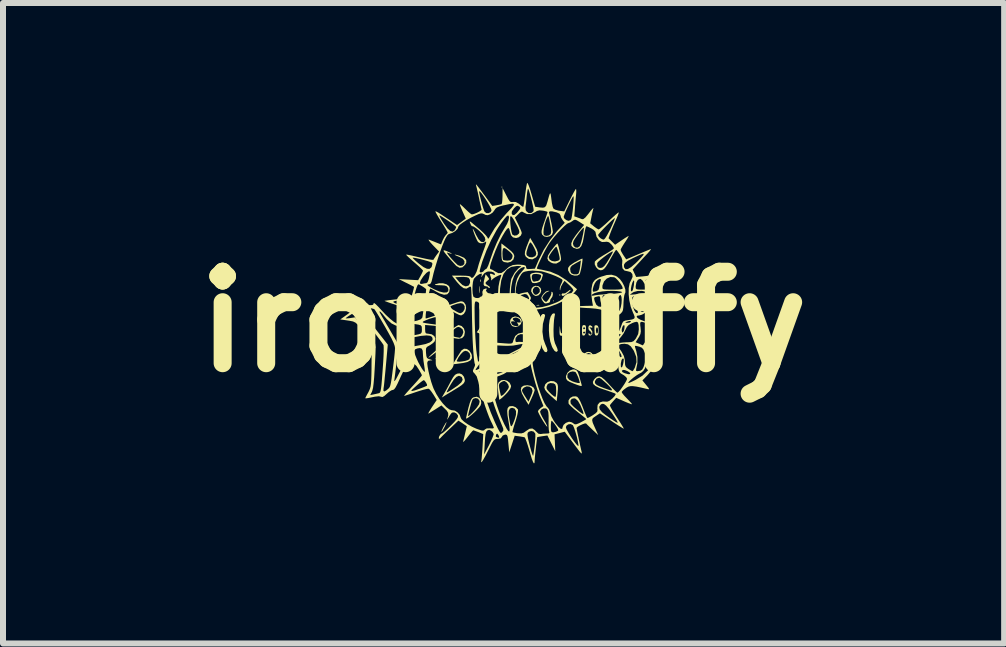
<source format=kicad_pcb>
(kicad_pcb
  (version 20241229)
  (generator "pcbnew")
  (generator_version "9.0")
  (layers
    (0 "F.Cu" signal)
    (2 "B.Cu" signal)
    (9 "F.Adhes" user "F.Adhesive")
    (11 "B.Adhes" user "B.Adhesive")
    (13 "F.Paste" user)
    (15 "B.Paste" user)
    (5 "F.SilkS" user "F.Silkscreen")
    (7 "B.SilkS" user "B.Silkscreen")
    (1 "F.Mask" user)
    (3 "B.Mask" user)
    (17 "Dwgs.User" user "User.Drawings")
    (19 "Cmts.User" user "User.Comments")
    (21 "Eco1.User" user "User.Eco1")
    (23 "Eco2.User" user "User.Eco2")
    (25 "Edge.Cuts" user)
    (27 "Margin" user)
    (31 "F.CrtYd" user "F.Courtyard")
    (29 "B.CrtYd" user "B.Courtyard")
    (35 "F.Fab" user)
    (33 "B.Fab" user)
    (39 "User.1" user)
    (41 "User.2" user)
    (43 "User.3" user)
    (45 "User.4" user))
  (footprint "ironpuffy"
    (layer "F.Cu")
    (at 5.341 2.313)
    (property "Reference" "ironpuffy" (at 0 0 0) (layer "F.SilkS") (effects (font (size 1.524 1.524) (thickness 0.3))))
    (attr board_only exclude_from_pos_files exclude_from_bom)
    (fp_poly (pts (xy -0.143 -0.439) (xy -0.152 -0.43) (xy -0.161 -0.439) (xy -0.152 -0.447)) (stroke (width 0) (type solid)) (fill yes) (layer "F.SilkS"))
    (fp_poly (pts (xy -0.018 -2.246) (xy -0.027 -2.237) (xy -0.036 -2.246) (xy -0.027 -2.255)) (stroke (width 0) (type solid)) (fill yes) (layer "F.SilkS"))
    (fp_poly (pts (xy 0.841 -0.349) (xy 0.832 -0.34) (xy 0.823 -0.349) (xy 0.832 -0.358)) (stroke (width 0) (type solid)) (fill yes) (layer "F.SilkS"))
    (fp_poly (pts (xy -0.382 -0.701) (xy -0.379 -0.673) (xy -0.383 -0.667) (xy -0.391 -0.672) (xy -0.392 -0.691) (xy -0.388 -0.71)) (stroke (width 0) (type solid)) (fill yes) (layer "F.SilkS"))
    (fp_poly (pts (xy 0.595 -0.28) (xy 0.597 -0.274) (xy 0.573 -0.271) (xy 0.547 -0.274) (xy 0.55 -0.28) (xy 0.587 -0.283)) (stroke (width 0) (type solid)) (fill yes) (layer "F.SilkS"))
    (fp_poly (pts (xy 0.943 -0.459) (xy 0.945 -0.438) (xy 0.943 -0.436) (xy 0.932 -0.438) (xy 0.931 -0.447) (xy 0.937 -0.462)) (stroke (width 0) (type solid)) (fill yes) (layer "F.SilkS"))
    (fp_poly (pts (xy 1.265 0.158) (xy 1.267 0.186) (xy 1.264 0.192) (xy 1.256 0.187) (xy 1.254 0.169) (xy 1.259 0.149)) (stroke (width 0) (type solid)) (fill yes) (layer "F.SilkS"))
    (fp_poly (pts (xy -0.399 -0.586) (xy -0.396 -0.528) (xy -0.399 -0.488) (xy -0.403 -0.477) (xy -0.405 -0.497) (xy -0.406 -0.537) (xy -0.405 -0.581) (xy -0.402 -0.598)) (stroke (width 0) (type solid)) (fill yes) (layer "F.SilkS"))
    (fp_poly (pts (xy -0.95 1.674) (xy -0.958 1.699) (xy -0.978 1.743) (xy -0.993 1.772) (xy -1.017 1.814) (xy -1.033 1.835) (xy -1.037 1.835) (xy -1.029 1.81) (xy -1.009 1.766) (xy -0.993 1.736) (xy -0.969 1.695) (xy -0.954 1.673)) (stroke (width 0) (type solid)) (fill yes) (layer "F.SilkS"))
    (fp_poly (pts (xy 1.119 -0.534) (xy 1.113 -0.519) (xy 1.086 -0.493) (xy 1.049 -0.464) (xy 1.013 -0.44) (xy 0.987 -0.43) (xy 0.986 -0.43) (xy 0.969 -0.444) (xy 0.967 -0.456) (xy 0.978 -0.474) (xy 0.994 -0.472) (xy 1.027 -0.476) (xy 1.066 -0.502) (xy 1.098 -0.527) (xy 1.118 -0.534)) (stroke (width 0) (type solid)) (fill yes) (layer "F.SilkS"))
    (fp_poly (pts (xy -0.265 -0.752) (xy -0.243 -0.722) (xy -0.245 -0.704) (xy -0.268 -0.686) (xy -0.299 -0.656) (xy -0.296 -0.631) (xy -0.259 -0.604) (xy -0.257 -0.603) (xy -0.227 -0.581) (xy -0.23 -0.565) (xy -0.248 -0.565) (xy -0.251 -0.572) (xy -0.266 -0.587) (xy -0.285 -0.591) (xy -0.318 -0.597) (xy -0.332 -0.621) (xy -0.329 -0.669) (xy -0.32 -0.709) (xy -0.299 -0.793)) (stroke (width 0) (type solid)) (fill yes) (layer "F.SilkS"))
    (fp_poly (pts (xy 0.692 -0.112) (xy 0.69 -0.094) (xy 0.656 0.033) (xy 0.648 0.165) (xy 0.665 0.29) (xy 0.696 0.376) (xy 0.723 0.438) (xy 0.732 0.477) (xy 0.723 0.499) (xy 0.708 0.507) (xy 0.684 0.498) (xy 0.654 0.454) (xy 0.646 0.439) (xy 0.614 0.347) (xy 0.594 0.239) (xy 0.587 0.127) (xy 0.592 0.021) (xy 0.611 -0.069) (xy 0.627 -0.108) (xy 0.65 -0.13) (xy 0.677 -0.13)) (stroke (width 0) (type solid)) (fill yes) (layer "F.SilkS"))
    (fp_poly (pts (xy 1.007 0.07) (xy 1.009 0.117) (xy 1.006 0.188) (xy 1.005 0.201) (xy 0.988 0.228) (xy 0.967 0.233) (xy 0.946 0.229) (xy 0.936 0.21) (xy 0.933 0.169) (xy 0.934 0.139) (xy 0.936 0.087) (xy 0.938 0.069) (xy 0.94 0.083) (xy 0.944 0.121) (xy 0.953 0.174) (xy 0.966 0.195) (xy 0.978 0.182) (xy 0.984 0.137) (xy 0.984 0.125) (xy 0.987 0.08) (xy 0.995 0.056) (xy 0.998 0.054)) (stroke (width 0) (type solid)) (fill yes) (layer "F.SilkS"))
    (fp_poly (pts (xy 1.444 0.057) (xy 1.474 0.074) (xy 1.481 0.085) (xy 1.477 0.099) (xy 1.456 0.095) (xy 1.434 0.089) (xy 1.436 0.098) (xy 1.456 0.121) (xy 1.48 0.164) (xy 1.478 0.203) (xy 1.453 0.227) (xy 1.445 0.229) (xy 1.42 0.223) (xy 1.416 0.203) (xy 1.42 0.185) (xy 1.426 0.192) (xy 1.445 0.213) (xy 1.463 0.207) (xy 1.468 0.19) (xy 1.453 0.162) (xy 1.441 0.155) (xy 1.42 0.133) (xy 1.413 0.1) (xy 1.42 0.07) (xy 1.439 0.056)) (stroke (width 0) (type solid)) (fill yes) (layer "F.SilkS"))
    (fp_poly (pts (xy 1.175 0.057) (xy 1.206 0.074) (xy 1.213 0.085) (xy 1.208 0.1) (xy 1.192 0.097) (xy 1.168 0.096) (xy 1.163 0.104) (xy 1.178 0.125) (xy 1.19 0.132) (xy 1.211 0.156) (xy 1.217 0.187) (xy 1.209 0.223) (xy 1.181 0.233) (xy 1.152 0.22) (xy 1.147 0.201) (xy 1.152 0.184) (xy 1.157 0.192) (xy 1.176 0.213) (xy 1.195 0.207) (xy 1.199 0.19) (xy 1.185 0.162) (xy 1.172 0.155) (xy 1.152 0.133) (xy 1.145 0.1) (xy 1.151 0.07) (xy 1.171 0.056)) (stroke (width 0) (type solid)) (fill yes) (layer "F.SilkS"))
    (fp_poly (pts (xy 0.583 -0.593) (xy 0.584 -0.593) (xy 0.618 -0.562) (xy 0.628 -0.519) (xy 0.615 -0.476) (xy 0.583 -0.442) (xy 0.538 -0.43) (xy 0.512 -0.441) (xy 0.485 -0.464) (xy 0.462 -0.504) (xy 0.487 -0.504) (xy 0.502 -0.473) (xy 0.523 -0.452) (xy 0.544 -0.451) (xy 0.574 -0.466) (xy 0.603 -0.498) (xy 0.604 -0.54) (xy 0.58 -0.574) (xy 0.545 -0.587) (xy 0.513 -0.573) (xy 0.491 -0.542) (xy 0.487 -0.504) (xy 0.462 -0.504) (xy 0.46 -0.507) (xy 0.465 -0.55) (xy 0.491 -0.584) (xy 0.533 -0.601)) (stroke (width 0) (type solid)) (fill yes) (layer "F.SilkS"))
    (fp_poly (pts (xy 0.857 -0.124) (xy 0.849 -0.083) (xy 0.848 -0.078) (xy 0.841 -0.028) (xy 0.836 0.045) (xy 0.833 0.126) (xy 0.833 0.152) (xy 0.835 0.241) (xy 0.843 0.305) (xy 0.857 0.357) (xy 0.873 0.392) (xy 0.894 0.44) (xy 0.903 0.476) (xy 0.902 0.486) (xy 0.879 0.502) (xy 0.85 0.484) (xy 0.818 0.435) (xy 0.805 0.407) (xy 0.779 0.329) (xy 0.763 0.239) (xy 0.756 0.146) (xy 0.757 0.055) (xy 0.767 -0.026) (xy 0.786 -0.09) (xy 0.812 -0.131) (xy 0.831 -0.14) (xy 0.851 -0.141)) (stroke (width 0) (type solid)) (fill yes) (layer "F.SilkS"))
    (fp_poly (pts (xy 1.105 0.064) (xy 1.11 0.079) (xy 1.098 0.098) (xy 1.078 0.096) (xy 1.057 0.091) (xy 1.064 0.1) (xy 1.078 0.112) (xy 1.1 0.144) (xy 1.109 0.183) (xy 1.105 0.217) (xy 1.085 0.233) (xy 1.084 0.233) (xy 1.053 0.221) (xy 1.046 0.214) (xy 1.042 0.189) (xy 1.045 0.184) (xy 1.055 0.187) (xy 1.056 0.194) (xy 1.068 0.214) (xy 1.074 0.215) (xy 1.091 0.203) (xy 1.088 0.179) (xy 1.069 0.157) (xy 1.064 0.154) (xy 1.044 0.131) (xy 1.043 0.096) (xy 1.06 0.066) (xy 1.078 0.057)) (stroke (width 0) (type solid)) (fill yes) (layer "F.SilkS"))
    (fp_poly (pts (xy 1.548 0.057) (xy 1.571 0.067) (xy 1.581 0.092) (xy 1.584 0.143) (xy 1.584 0.143) (xy 1.581 0.196) (xy 1.568 0.222) (xy 1.553 0.229) (xy 1.527 0.223) (xy 1.519 0.194) (xy 1.516 0.143) (xy 1.539 0.143) (xy 1.545 0.181) (xy 1.557 0.197) (xy 1.557 0.197) (xy 1.57 0.181) (xy 1.575 0.144) (xy 1.575 0.143) (xy 1.57 0.105) (xy 1.558 0.09) (xy 1.557 0.089) (xy 1.545 0.105) (xy 1.539 0.143) (xy 1.539 0.143) (xy 1.516 0.143) (xy 1.516 0.143) (xy 1.514 0.102) (xy 1.516 0.066) (xy 1.535 0.056)) (stroke (width 0) (type solid)) (fill yes) (layer "F.SilkS"))
    (fp_poly (pts (xy 0.456 1.067) (xy 0.5 1.094) (xy 0.519 1.132) (xy 0.519 1.135) (xy 0.512 1.163) (xy 0.494 1.212) (xy 0.468 1.271) (xy 0.417 1.383) (xy 0.352 1.278) (xy 0.306 1.194) (xy 0.292 1.144) (xy 0.307 1.144) (xy 0.317 1.173) (xy 0.343 1.218) (xy 0.36 1.244) (xy 0.415 1.331) (xy 0.449 1.254) (xy 0.47 1.201) (xy 0.482 1.159) (xy 0.483 1.147) (xy 0.469 1.105) (xy 0.432 1.08) (xy 0.386 1.075) (xy 0.34 1.095) (xy 0.332 1.102) (xy 0.313 1.124) (xy 0.307 1.144) (xy 0.292 1.144) (xy 0.288 1.13) (xy 0.299 1.087) (xy 0.338 1.063) (xy 0.396 1.056)) (stroke (width 0) (type solid)) (fill yes) (layer "F.SilkS"))
    (fp_poly (pts (xy -0.956 0.42) (xy -0.923 0.452) (xy -0.915 0.495) (xy -0.916 0.507) (xy -0.93 0.552) (xy -0.966 0.583) (xy -1.028 0.604) (xy -1.092 0.615) (xy -1.133 0.62) (xy -1.144 0.619) (xy -1.125 0.613) (xy -1.072 0.598) (xy -1.068 0.597) (xy -0.993 0.568) (xy -0.947 0.533) (xy -0.932 0.494) (xy -0.948 0.457) (xy -0.975 0.435) (xy -1.009 0.434) (xy -1.054 0.454) (xy -1.116 0.498) (xy -1.142 0.519) (xy -1.193 0.559) (xy -1.232 0.588) (xy -1.252 0.6) (xy -1.253 0.6) (xy -1.24 0.582) (xy -1.208 0.55) (xy -1.163 0.51) (xy -1.115 0.469) (xy -1.071 0.435) (xy -1.054 0.423) (xy -1.016 0.402) (xy -0.989 0.401)) (stroke (width 0) (type solid)) (fill yes) (layer "F.SilkS"))
    (fp_poly (pts (xy 0.511 -1.286) (xy 0.553 -1.21) (xy 0.572 -1.154) (xy 0.57 -1.113) (xy 0.547 -1.079) (xy 0.536 -1.07) (xy 0.481 -1.041) (xy 0.425 -1.048) (xy 0.407 -1.057) (xy 0.371 -1.086) (xy 0.355 -1.122) (xy 0.355 -1.131) (xy 0.38 -1.131) (xy 0.389 -1.107) (xy 0.393 -1.102) (xy 0.431 -1.078) (xy 0.48 -1.075) (xy 0.522 -1.092) (xy 0.537 -1.109) (xy 0.545 -1.139) (xy 0.536 -1.177) (xy 0.51 -1.235) (xy 0.483 -1.284) (xy 0.459 -1.316) (xy 0.448 -1.325) (xy 0.434 -1.309) (xy 0.415 -1.269) (xy 0.401 -1.227) (xy 0.384 -1.168) (xy 0.38 -1.131) (xy 0.355 -1.131) (xy 0.358 -1.172) (xy 0.381 -1.244) (xy 0.392 -1.272) (xy 0.443 -1.4)) (stroke (width 0) (type solid)) (fill yes) (layer "F.SilkS"))
    (fp_poly (pts (xy 0.588 -0.818) (xy 0.631 -0.807) (xy 0.654 -0.789) (xy 0.655 -0.776) (xy 0.642 -0.736) (xy 0.634 -0.707) (xy 0.607 -0.668) (xy 0.549 -0.648) (xy 0.507 -0.645) (xy 0.48 -0.651) (xy 0.463 -0.678) (xy 0.452 -0.72) (xy 0.451 -0.728) (xy 0.471 -0.728) (xy 0.481 -0.692) (xy 0.5 -0.67) (xy 0.513 -0.67) (xy 0.555 -0.679) (xy 0.572 -0.68) (xy 0.596 -0.695) (xy 0.617 -0.727) (xy 0.627 -0.762) (xy 0.622 -0.781) (xy 0.593 -0.792) (xy 0.548 -0.798) (xy 0.504 -0.796) (xy 0.486 -0.79) (xy 0.471 -0.765) (xy 0.471 -0.728) (xy 0.451 -0.728) (xy 0.444 -0.768) (xy 0.448 -0.793) (xy 0.47 -0.807) (xy 0.486 -0.812) (xy 0.536 -0.821)) (stroke (width 0) (type solid)) (fill yes) (layer "F.SilkS"))
    (fp_poly (pts (xy 0.841 0.991) (xy 0.884 1.018) (xy 0.899 1.041) (xy 0.906 1.072) (xy 0.906 1.12) (xy 0.9 1.187) (xy 0.886 1.322) (xy 0.783 1.23) (xy 0.725 1.174) (xy 0.692 1.132) (xy 0.683 1.105) (xy 0.716 1.105) (xy 0.728 1.13) (xy 0.759 1.167) (xy 0.799 1.207) (xy 0.837 1.238) (xy 0.863 1.252) (xy 0.864 1.252) (xy 0.871 1.236) (xy 0.876 1.195) (xy 0.877 1.148) (xy 0.874 1.081) (xy 0.861 1.042) (xy 0.832 1.025) (xy 0.781 1.02) (xy 0.779 1.02) (xy 0.738 1.035) (xy 0.718 1.078) (xy 0.716 1.105) (xy 0.683 1.105) (xy 0.68 1.097) (xy 0.68 1.088) (xy 0.696 1.039) (xy 0.735 1.004) (xy 0.787 0.986)) (stroke (width 0) (type solid)) (fill yes) (layer "F.SilkS"))
    (fp_poly (pts (xy 1.448 0.506) (xy 1.473 0.525) (xy 1.499 0.566) (xy 1.513 0.592) (xy 1.537 0.642) (xy 1.552 0.678) (xy 1.554 0.689) (xy 1.535 0.693) (xy 1.491 0.7) (xy 1.457 0.705) (xy 1.399 0.71) (xy 1.363 0.704) (xy 1.338 0.685) (xy 1.337 0.683) (xy 1.311 0.633) (xy 1.312 0.616) (xy 1.334 0.616) (xy 1.342 0.643) (xy 1.374 0.669) (xy 1.423 0.681) (xy 1.476 0.676) (xy 1.5 0.665) (xy 1.512 0.64) (xy 1.503 0.601) (xy 1.48 0.561) (xy 1.449 0.53) (xy 1.42 0.519) (xy 1.376 0.534) (xy 1.345 0.571) (xy 1.334 0.616) (xy 1.312 0.616) (xy 1.313 0.58) (xy 1.34 0.534) (xy 1.385 0.505) (xy 1.415 0.501)) (stroke (width 0) (type solid)) (fill yes) (layer "F.SilkS"))
    (fp_poly (pts (xy -0.698 0.07) (xy -0.66 0.111) (xy -0.644 0.167) (xy -0.644 0.17) (xy -0.656 0.234) (xy -0.691 0.271) (xy -0.75 0.283) (xy -0.814 0.274) (xy -0.856 0.264) (xy -0.91 0.251) (xy -0.918 0.248) (xy -0.986 0.231) (xy -0.966 0.214) (xy -0.913 0.214) (xy -0.897 0.226) (xy -0.853 0.24) (xy -0.792 0.255) (xy -0.73 0.266) (xy -0.712 0.255) (xy -0.688 0.225) (xy -0.669 0.171) (xy -0.683 0.124) (xy -0.723 0.093) (xy -0.752 0.085) (xy -0.78 0.092) (xy -0.819 0.12) (xy -0.839 0.137) (xy -0.88 0.174) (xy -0.907 0.204) (xy -0.913 0.214) (xy -0.966 0.214) (xy -0.88 0.142) (xy -0.826 0.1) (xy -0.78 0.069) (xy -0.751 0.054) (xy -0.749 0.054)) (stroke (width 0) (type solid)) (fill yes) (layer "F.SilkS"))
    (fp_poly (pts (xy 0.072 -1.223) (xy 0.13 -1.175) (xy 0.163 -1.139) (xy 0.177 -1.108) (xy 0.179 -1.09) (xy 0.164 -1.038) (xy 0.124 -1.002) (xy 0.07 -0.987) (xy 0.012 -0.996) (xy -0.004 -1.004) (xy -0.021 -1.02) (xy -0.03 -1.049) (xy -0.035 -1.1) (xy -0.035 -1.14) (xy -0.018 -1.14) (xy -0.016 -1.084) (xy -0.011 -1.044) (xy -0.006 -1.032) (xy 0.019 -1.024) (xy 0.062 -1.02) (xy 0.066 -1.02) (xy 0.112 -1.026) (xy 0.137 -1.051) (xy 0.144 -1.067) (xy 0.152 -1.098) (xy 0.143 -1.124) (xy 0.114 -1.157) (xy 0.094 -1.174) (xy 0.041 -1.217) (xy 0.008 -1.232) (xy -0.01 -1.217) (xy -0.017 -1.172) (xy -0.018 -1.14) (xy -0.035 -1.14) (xy -0.036 -1.164) (xy -0.036 -1.307)) (stroke (width 0) (type solid)) (fill yes) (layer "F.SilkS"))
    (fp_poly (pts (xy 0.742 -0.517) (xy 0.767 -0.515) (xy 0.757 -0.51) (xy 0.744 -0.506) (xy 0.707 -0.486) (xy 0.67 -0.45) (xy 0.647 -0.413) (xy 0.645 -0.401) (xy 0.657 -0.375) (xy 0.679 -0.35) (xy 0.701 -0.333) (xy 0.718 -0.335) (xy 0.74 -0.36) (xy 0.761 -0.391) (xy 0.787 -0.437) (xy 0.798 -0.472) (xy 0.797 -0.482) (xy 0.798 -0.499) (xy 0.804 -0.501) (xy 0.82 -0.487) (xy 0.822 -0.455) (xy 0.813 -0.418) (xy 0.796 -0.393) (xy 0.777 -0.365) (xy 0.777 -0.348) (xy 0.769 -0.327) (xy 0.746 -0.315) (xy 0.704 -0.306) (xy 0.68 -0.313) (xy 0.657 -0.341) (xy 0.654 -0.344) (xy 0.633 -0.38) (xy 0.63 -0.408) (xy 0.649 -0.443) (xy 0.666 -0.466) (xy 0.704 -0.504) (xy 0.741 -0.517)) (stroke (width 0) (type solid)) (fill yes) (layer "F.SilkS"))
    (fp_poly (pts (xy 1.315 -1.054) (xy 1.316 -1.032) (xy 1.311 -0.987) (xy 1.302 -0.929) (xy 1.29 -0.87) (xy 1.277 -0.821) (xy 1.267 -0.793) (xy 1.266 -0.792) (xy 1.23 -0.772) (xy 1.18 -0.77) (xy 1.131 -0.785) (xy 1.102 -0.809) (xy 1.076 -0.857) (xy 1.076 -0.878) (xy 1.11 -0.878) (xy 1.117 -0.834) (xy 1.131 -0.809) (xy 1.171 -0.791) (xy 1.22 -0.791) (xy 1.246 -0.801) (xy 1.258 -0.825) (xy 1.27 -0.873) (xy 1.277 -0.919) (xy 1.289 -1.023) (xy 1.2 -0.974) (xy 1.146 -0.942) (xy 1.119 -0.914) (xy 1.11 -0.884) (xy 1.11 -0.878) (xy 1.076 -0.878) (xy 1.076 -0.898) (xy 1.103 -0.936) (xy 1.161 -0.977) (xy 1.191 -0.995) (xy 1.248 -1.025) (xy 1.292 -1.046) (xy 1.313 -1.054)) (stroke (width 0) (type solid)) (fill yes) (layer "F.SilkS"))
    (fp_poly (pts (xy 1.363 0.058) (xy 1.373 0.078) (xy 1.374 0.122) (xy 1.373 0.139) (xy 1.367 0.194) (xy 1.354 0.222) (xy 1.338 0.229) (xy 1.319 0.228) (xy 1.31 0.208) (xy 1.308 0.179) (xy 1.325 0.179) (xy 1.338 0.196) (xy 1.342 0.197) (xy 1.36 0.183) (xy 1.36 0.179) (xy 1.347 0.162) (xy 1.342 0.161) (xy 1.325 0.175) (xy 1.325 0.179) (xy 1.308 0.179) (xy 1.307 0.163) (xy 1.307 0.145) (xy 1.308 0.107) (xy 1.325 0.107) (xy 1.338 0.125) (xy 1.342 0.125) (xy 1.36 0.112) (xy 1.36 0.107) (xy 1.347 0.09) (xy 1.342 0.089) (xy 1.325 0.103) (xy 1.325 0.107) (xy 1.308 0.107) (xy 1.309 0.09) (xy 1.316 0.063) (xy 1.334 0.054) (xy 1.342 0.054)) (stroke (width 0) (type solid)) (fill yes) (layer "F.SilkS"))
    (fp_poly (pts (xy -0.612 0.452) (xy -0.569 0.481) (xy -0.537 0.53) (xy -0.529 0.555) (xy -0.526 0.604) (xy -0.549 0.641) (xy -0.599 0.668) (xy -0.682 0.687) (xy -0.706 0.69) (xy -0.77 0.699) (xy -0.818 0.705) (xy -0.84 0.706) (xy -0.841 0.706) (xy -0.833 0.688) (xy -0.811 0.652) (xy -0.781 0.652) (xy -0.771 0.662) (xy -0.737 0.665) (xy -0.69 0.66) (xy -0.639 0.651) (xy -0.596 0.638) (xy -0.57 0.623) (xy -0.569 0.621) (xy -0.553 0.57) (xy -0.566 0.523) (xy -0.602 0.491) (xy -0.639 0.483) (xy -0.672 0.498) (xy -0.712 0.538) (xy -0.751 0.592) (xy -0.781 0.652) (xy -0.811 0.652) (xy -0.81 0.65) (xy -0.78 0.601) (xy -0.748 0.549) (xy -0.719 0.504) (xy -0.7 0.476) (xy -0.698 0.474) (xy -0.658 0.448)) (stroke (width 0) (type solid)) (fill yes) (layer "F.SilkS"))
    (fp_poly (pts (xy 1.188 0.794) (xy 1.216 0.808) (xy 1.237 0.837) (xy 1.257 0.891) (xy 1.262 0.908) (xy 1.279 0.97) (xy 1.293 1.02) (xy 1.3 1.043) (xy 1.304 1.062) (xy 1.297 1.07) (xy 1.274 1.066) (xy 1.228 1.051) (xy 1.178 1.032) (xy 1.107 1.003) (xy 1.064 0.978) (xy 1.044 0.95) (xy 1.041 0.924) (xy 1.063 0.924) (xy 1.092 0.963) (xy 1.143 0.991) (xy 1.192 1.008) (xy 1.237 1.019) (xy 1.266 1.02) (xy 1.271 1.016) (xy 1.262 0.977) (xy 1.245 0.926) (xy 1.223 0.877) (xy 1.203 0.842) (xy 1.196 0.835) (xy 1.154 0.826) (xy 1.108 0.836) (xy 1.073 0.862) (xy 1.066 0.875) (xy 1.063 0.924) (xy 1.041 0.924) (xy 1.04 0.916) (xy 1.041 0.903) (xy 1.063 0.851) (xy 1.105 0.811) (xy 1.158 0.792)) (stroke (width 0) (type solid)) (fill yes) (layer "F.SilkS"))
    (fp_poly (pts (xy -0.693 0.875) (xy -0.66 0.915) (xy -0.645 0.966) (xy -0.644 0.971) (xy -0.649 0.999) (xy -0.665 1.025) (xy -0.697 1.054) (xy -0.751 1.091) (xy -0.832 1.14) (xy -0.836 1.143) (xy -0.896 1.179) (xy -0.952 1.213) (xy -0.979 1.23) (xy -1.029 1.262) (xy -0.982 1.181) (xy -0.977 1.173) (xy -0.949 1.173) (xy -0.936 1.173) (xy -0.897 1.152) (xy -0.831 1.108) (xy -0.762 1.061) (xy -0.704 1.01) (xy -0.681 0.966) (xy -0.693 0.926) (xy -0.706 0.914) (xy -0.743 0.899) (xy -0.784 0.916) (xy -0.83 0.965) (xy -0.877 1.038) (xy -0.911 1.097) (xy -0.936 1.144) (xy -0.948 1.17) (xy -0.949 1.173) (xy -0.977 1.173) (xy -0.948 1.121) (xy -0.908 1.047) (xy -0.878 0.99) (xy -0.84 0.923) (xy -0.808 0.883) (xy -0.774 0.864) (xy -0.735 0.859)) (stroke (width 0) (type solid)) (fill yes) (layer "F.SilkS"))
    (fp_poly (pts (xy -0.956 -1.182) (xy -0.889 -1.152) (xy -0.887 -1.151) (xy -0.863 -1.138) (xy -0.867 -1.134) (xy -0.895 -1.14) (xy -0.94 -1.155) (xy -0.942 -1.148) (xy -0.925 -1.123) (xy -0.895 -1.084) (xy -0.856 -1.04) (xy -0.816 -0.997) (xy -0.779 -0.961) (xy -0.761 -0.945) (xy -0.721 -0.931) (xy -0.681 -0.938) (xy -0.655 -0.962) (xy -0.654 -0.964) (xy -0.651 -1.011) (xy -0.677 -1.049) (xy -0.735 -1.081) (xy -0.745 -1.085) (xy -0.797 -1.107) (xy -0.816 -1.119) (xy -0.803 -1.12) (xy -0.76 -1.11) (xy -0.728 -1.099) (xy -0.657 -1.067) (xy -0.622 -1.029) (xy -0.621 -0.985) (xy -0.64 -0.951) (xy -0.686 -0.908) (xy -0.734 -0.901) (xy -0.785 -0.93) (xy -0.798 -0.943) (xy -0.833 -0.982) (xy -0.882 -1.036) (xy -0.934 -1.095) (xy -0.937 -1.099) (xy -0.981 -1.153) (xy -1.001 -1.183) (xy -0.993 -1.193)) (stroke (width 0) (type solid)) (fill yes) (layer "F.SilkS"))
    (fp_poly (pts (xy -0.405 1.266) (xy -0.377 1.304) (xy -0.371 1.355) (xy -0.383 1.394) (xy -0.406 1.425) (xy -0.443 1.466) (xy -0.488 1.511) (xy -0.535 1.553) (xy -0.578 1.588) (xy -0.61 1.609) (xy -0.625 1.611) (xy -0.625 1.608) (xy -0.62 1.581) (xy -0.617 1.569) (xy -0.591 1.569) (xy -0.58 1.568) (xy -0.553 1.546) (xy -0.515 1.508) (xy -0.472 1.461) (xy -0.444 1.427) (xy -0.409 1.375) (xy -0.399 1.334) (xy -0.401 1.315) (xy -0.425 1.281) (xy -0.464 1.27) (xy -0.503 1.282) (xy -0.514 1.293) (xy -0.526 1.319) (xy -0.542 1.368) (xy -0.559 1.429) (xy -0.575 1.491) (xy -0.587 1.542) (xy -0.591 1.569) (xy -0.617 1.569) (xy -0.608 1.528) (xy -0.592 1.46) (xy -0.585 1.432) (xy -0.563 1.354) (xy -0.544 1.304) (xy -0.524 1.274) (xy -0.502 1.259) (xy -0.449 1.248)) (stroke (width 0) (type solid)) (fill yes) (layer "F.SilkS"))
    (fp_poly (pts (xy 0.061 0.983) (xy 0.102 1.016) (xy 0.124 1.063) (xy 0.125 1.079) (xy 0.111 1.117) (xy 0.07 1.171) (xy 0.027 1.217) (xy -0.019 1.261) (xy -0.054 1.289) (xy -0.071 1.299) (xy -0.072 1.297) (xy -0.075 1.272) (xy -0.081 1.222) (xy -0.089 1.164) (xy -0.097 1.094) (xy -0.096 1.056) (xy -0.077 1.056) (xy -0.073 1.099) (xy -0.068 1.123) (xy -0.057 1.178) (xy -0.047 1.22) (xy -0.044 1.231) (xy -0.03 1.233) (xy -0.003 1.214) (xy 0.029 1.181) (xy 0.06 1.142) (xy 0.083 1.105) (xy 0.089 1.082) (xy 0.078 1.044) (xy 0.05 1.007) (xy 0.018 0.986) (xy 0.01 0.984) (xy -0.019 0.994) (xy -0.048 1.011) (xy -0.07 1.031) (xy -0.077 1.056) (xy -0.096 1.056) (xy -0.096 1.049) (xy -0.085 1.016) (xy -0.079 1.007) (xy -0.04 0.975) (xy 0.01 0.968)) (stroke (width 0) (type solid)) (fill yes) (layer "F.SilkS"))
    (fp_poly (pts (xy 0.247 -0.078) (xy 0.287 -0.05) (xy 0.304 -0.013) (xy 0.304 -0.012) (xy 0.289 0.037) (xy 0.252 0.071) (xy 0.203 0.086) (xy 0.155 0.076) (xy 0.136 0.061) (xy 0.11 0.016) (xy 0.11 0.013) (xy 0.125 0.013) (xy 0.143 0.046) (xy 0.147 0.05) (xy 0.175 0.065) (xy 0.212 0.071) (xy 0.242 0.068) (xy 0.251 0.057) (xy 0.239 0.033) (xy 0.23 0.022) (xy 0.222 0.009) (xy 0.244 0.011) (xy 0.248 0.012) (xy 0.28 0.012) (xy 0.286 -0.003) (xy 0.271 -0.043) (xy 0.23 -0.068) (xy 0.203 -0.072) (xy 0.164 -0.063) (xy 0.152 -0.044) (xy 0.172 -0.019) (xy 0.174 -0.018) (xy 0.193 -0.005) (xy 0.181 -0.005) (xy 0.166 -0.009) (xy 0.133 -0.008) (xy 0.125 0.013) (xy 0.11 0.013) (xy 0.113 -0.032) (xy 0.141 -0.071) (xy 0.188 -0.089) (xy 0.196 -0.089)) (stroke (width 0) (type solid)) (fill yes) (layer "F.SilkS"))
    (fp_poly (pts (xy 0.905 -1.29) (xy 0.918 -1.248) (xy 0.933 -1.186) (xy 0.937 -1.168) (xy 0.952 -1.099) (xy 0.958 -1.055) (xy 0.956 -1.03) (xy 0.946 -1.012) (xy 0.929 -0.998) (xy 0.879 -0.971) (xy 0.826 -0.974) (xy 0.789 -0.989) (xy 0.746 -1.02) (xy 0.73 -1.058) (xy 0.735 -1.078) (xy 0.752 -1.078) (xy 0.767 -1.039) (xy 0.806 -1.014) (xy 0.857 -1.006) (xy 0.91 -1.019) (xy 0.912 -1.02) (xy 0.93 -1.032) (xy 0.936 -1.05) (xy 0.932 -1.083) (xy 0.919 -1.141) (xy 0.918 -1.145) (xy 0.902 -1.201) (xy 0.888 -1.24) (xy 0.879 -1.252) (xy 0.862 -1.239) (xy 0.833 -1.205) (xy 0.8 -1.161) (xy 0.771 -1.118) (xy 0.754 -1.086) (xy 0.752 -1.078) (xy 0.735 -1.078) (xy 0.741 -1.106) (xy 0.781 -1.17) (xy 0.802 -1.198) (xy 0.843 -1.249) (xy 0.876 -1.288) (xy 0.895 -1.306) (xy 0.896 -1.306)) (stroke (width 0) (type solid)) (fill yes) (layer "F.SilkS"))
    (fp_poly (pts (xy -0.671 -0.332) (xy -0.658 -0.323) (xy -0.631 -0.282) (xy -0.624 -0.229) (xy -0.635 -0.176) (xy -0.662 -0.132) (xy -0.7 -0.109) (xy -0.714 -0.108) (xy -0.743 -0.117) (xy -0.792 -0.141) (xy -0.851 -0.173) (xy -0.854 -0.175) (xy -0.909 -0.209) (xy -0.949 -0.235) (xy -0.965 -0.249) (xy -0.895 -0.249) (xy -0.881 -0.232) (xy -0.846 -0.206) (xy -0.8 -0.179) (xy -0.757 -0.155) (xy -0.725 -0.144) (xy -0.722 -0.143) (xy -0.693 -0.155) (xy -0.673 -0.171) (xy -0.649 -0.214) (xy -0.648 -0.261) (xy -0.671 -0.298) (xy -0.679 -0.303) (xy -0.715 -0.312) (xy -0.769 -0.303) (xy -0.804 -0.292) (xy -0.855 -0.274) (xy -0.888 -0.257) (xy -0.895 -0.249) (xy -0.965 -0.249) (xy -0.966 -0.25) (xy -0.966 -0.251) (xy -0.951 -0.26) (xy -0.909 -0.278) (xy -0.85 -0.3) (xy -0.831 -0.306) (xy -0.763 -0.329) (xy -0.72 -0.34) (xy -0.692 -0.341)) (stroke (width 0) (type solid)) (fill yes) (layer "F.SilkS"))
    (fp_poly (pts (xy 0.401 -2.311) (xy 0.418 -2.276) (xy 0.441 -2.211) (xy 0.465 -2.131) (xy 0.527 -1.918) (xy 0.606 -1.906) (xy 0.658 -1.902) (xy 0.69 -1.911) (xy 0.712 -1.94) (xy 0.73 -1.997) (xy 0.735 -2.014) (xy 0.756 -2.09) (xy 0.77 -2.133) (xy 0.78 -2.143) (xy 0.787 -2.121) (xy 0.794 -2.069) (xy 0.797 -2.045) (xy 0.806 -1.978) (xy 0.818 -1.922) (xy 0.83 -1.89) (xy 0.83 -1.889) (xy 0.859 -1.87) (xy 0.909 -1.855) (xy 0.931 -1.851) (xy 1.011 -1.84) (xy 1.101 -2.023) (xy 1.138 -2.096) (xy 1.17 -2.157) (xy 1.194 -2.199) (xy 1.205 -2.214) (xy 1.211 -2.203) (xy 1.212 -2.167) (xy 1.21 -2.136) (xy 1.204 -2.075) (xy 1.197 -1.994) (xy 1.19 -1.911) (xy 1.19 -1.904) (xy 1.179 -1.758) (xy 1.23 -1.74) (xy 1.276 -1.723) (xy 1.309 -1.71) (xy 1.331 -1.713) (xy 1.364 -1.739) (xy 1.409 -1.793) (xy 1.423 -1.811) (xy 1.461 -1.86) (xy 1.488 -1.89) (xy 1.499 -1.898) (xy 1.498 -1.895) (xy 1.49 -1.862) (xy 1.477 -1.807) (xy 1.466 -1.753) (xy 1.444 -1.642) (xy 1.505 -1.591) (xy 1.547 -1.56) (xy 1.578 -1.542) (xy 1.585 -1.54) (xy 1.605 -1.551) (xy 1.645 -1.583) (xy 1.698 -1.629) (xy 1.755 -1.682) (xy 1.816 -1.738) (xy 1.867 -1.784) (xy 1.904 -1.815) (xy 1.919 -1.825) (xy 1.918 -1.811) (xy 1.904 -1.771) (xy 1.88 -1.714) (xy 1.868 -1.687) (xy 1.834 -1.611) (xy 1.803 -1.537) (xy 1.78 -1.478) (xy 1.777 -1.47) (xy 1.75 -1.393) (xy 1.859 -1.284) (xy 1.967 -1.358) (xy 2.021 -1.394) (xy 2.063 -1.42) (xy 2.085 -1.432) (xy 2.086 -1.432) (xy 2.081 -1.419) (xy 2.061 -1.383) (xy 2.028 -1.333) (xy 2.023 -1.326) (xy 1.988 -1.271) (xy 1.962 -1.226) (xy 1.951 -1.201) (xy 1.951 -1.2) (xy 1.96 -1.174) (xy 1.984 -1.132) (xy 1.997 -1.111) (xy 2.044 -1.041) (xy 2.235 -1.122) (xy 2.313 -1.155) (xy 2.38 -1.183) (xy 2.43 -1.203) (xy 2.452 -1.212) (xy 2.455 -1.206) (xy 2.436 -1.18) (xy 2.4 -1.139) (xy 2.396 -1.135) (xy 2.335 -1.071) (xy 2.27 -1) (xy 2.232 -0.959) (xy 2.152 -0.871) (xy 2.181 -0.809) (xy 2.21 -0.748) (xy 2.318 -0.757) (xy 2.382 -0.764) (xy 2.436 -0.773) (xy 2.461 -0.779) (xy 2.47 -0.778) (xy 2.453 -0.76) (xy 2.432 -0.744) (xy 2.367 -0.695) (xy 2.403 -0.609) (xy 2.424 -0.548) (xy 2.429 -0.501) (xy 2.427 -0.49) (xy 2.417 -0.459) (xy 2.415 -0.449) (xy 2.433 -0.447) (xy 2.477 -0.445) (xy 2.541 -0.445) (xy 2.573 -0.446) (xy 2.652 -0.446) (xy 2.699 -0.442) (xy 2.713 -0.435) (xy 2.712 -0.433) (xy 2.689 -0.417) (xy 2.642 -0.391) (xy 2.579 -0.358) (xy 2.546 -0.341) (xy 2.482 -0.307) (xy 2.432 -0.278) (xy 2.403 -0.258) (xy 2.399 -0.253) (xy 2.41 -0.233) (xy 2.438 -0.197) (xy 2.463 -0.169) (xy 2.549 -0.049) (xy 2.608 0.09) (xy 2.638 0.243) (xy 2.637 0.404) (xy 2.633 0.438) (xy 2.602 0.56) (xy 2.545 0.686) (xy 2.47 0.806) (xy 2.4 0.888) (xy 2.314 0.976) (xy 2.377 1.053) (xy 2.412 1.096) (xy 2.425 1.118) (xy 2.419 1.124) (xy 2.397 1.12) (xy 2.291 1.095) (xy 2.213 1.079) (xy 2.157 1.072) (xy 2.116 1.072) (xy 2.084 1.079) (xy 2.054 1.094) (xy 2.038 1.105) (xy 1.997 1.136) (xy 1.972 1.163) (xy 1.969 1.171) (xy 1.981 1.193) (xy 2.012 1.231) (xy 2.057 1.278) (xy 2.058 1.279) (xy 2.101 1.324) (xy 2.131 1.357) (xy 2.141 1.373) (xy 2.141 1.374) (xy 2.123 1.37) (xy 2.08 1.354) (xy 2.022 1.33) (xy 2.006 1.323) (xy 1.878 1.266) (xy 1.825 1.325) (xy 1.793 1.362) (xy 1.774 1.387) (xy 1.772 1.392) (xy 1.782 1.417) (xy 1.811 1.469) (xy 1.861 1.549) (xy 1.909 1.623) (xy 1.95 1.687) (xy 1.982 1.739) (xy 2.001 1.772) (xy 2.005 1.78) (xy 1.991 1.775) (xy 1.953 1.752) (xy 1.896 1.717) (xy 1.826 1.671) (xy 1.806 1.657) (xy 1.606 1.524) (xy 1.536 1.571) (xy 1.501 1.595) (xy 1.481 1.616) (xy 1.477 1.643) (xy 1.487 1.683) (xy 1.513 1.743) (xy 1.53 1.781) (xy 1.578 1.888) (xy 1.483 1.799) (xy 1.435 1.753) (xy 1.397 1.716) (xy 1.377 1.695) (xy 1.377 1.694) (xy 1.356 1.693) (xy 1.318 1.706) (xy 1.274 1.726) (xy 1.236 1.748) (xy 1.218 1.767) (xy 1.217 1.769) (xy 1.221 1.792) (xy 1.23 1.84) (xy 1.244 1.907) (xy 1.26 1.982) (xy 1.276 2.057) (xy 1.291 2.123) (xy 1.299 2.157) (xy 1.304 2.182) (xy 1.303 2.194) (xy 1.294 2.19) (xy 1.273 2.168) (xy 1.238 2.123) (xy 1.186 2.054) (xy 1.148 2.003) (xy 1.02 1.831) (xy 0.935 1.853) (xy 0.85 1.875) (xy 0.856 2.016) (xy 0.862 2.157) (xy 0.731 1.894) (xy 0.647 1.906) (xy 0.598 1.914) (xy 0.567 1.92) (xy 0.562 1.921) (xy 0.558 1.943) (xy 0.552 1.99) (xy 0.544 2.055) (xy 0.536 2.128) (xy 0.528 2.199) (xy 0.522 2.259) (xy 0.519 2.3) (xy 0.519 2.307) (xy 0.516 2.35) (xy 0.507 2.36) (xy 0.491 2.335) (xy 0.469 2.276) (xy 0.441 2.182) (xy 0.431 2.146) (xy 0.406 2.064) (xy 0.383 1.995) (xy 0.364 1.946) (xy 0.351 1.924) (xy 0.351 1.924) (xy 0.321 1.918) (xy 0.273 1.91) (xy 0.259 1.908) (xy 0.186 1.898) (xy 0.141 2.036) (xy 0.095 2.175) (xy 0.081 2.027) (xy 0.074 1.955) (xy 0.067 1.911) (xy 0.057 1.888) (xy 0.041 1.88) (xy 0.026 1.879) (xy -0.013 1.894) (xy -0.027 1.915) (xy -0.047 1.942) (xy -0.089 1.951) (xy -0.099 1.951) (xy -0.125 1.952) (xy -0.147 1.96) (xy -0.167 1.98) (xy -0.191 2.017) (xy -0.222 2.077) (xy -0.251 2.135) (xy -0.301 2.232) (xy -0.338 2.298) (xy -0.361 2.334) (xy -0.372 2.34) (xy -0.371 2.318) (xy -0.369 2.309) (xy -0.364 2.273) (xy -0.359 2.211) (xy -0.359 2.211) (xy -0.324 2.211) (xy -0.241 2.052) (xy -0.207 1.982) (xy -0.181 1.922) (xy -0.176 1.908) (xy -0.13 1.908) (xy -0.12 1.919) (xy -0.087 1.932) (xy -0.072 1.923) (xy -0.072 1.92) (xy -0.081 1.895) (xy -0.09 1.879) (xy -0.093 1.876) (xy 0.398 1.876) (xy 0.404 1.92) (xy 0.41 1.952) (xy 0.428 2.027) (xy 0.447 2.101) (xy 0.465 2.164) (xy 0.481 2.211) (xy 0.491 2.233) (xy 0.493 2.233) (xy 0.498 2.214) (xy 0.505 2.167) (xy 0.514 2.101) (xy 0.519 2.06) (xy 0.526 1.983) (xy 0.53 1.917) (xy 0.53 1.872) (xy 0.528 1.861) (xy 0.502 1.829) (xy 0.46 1.819) (xy 0.419 1.833) (xy 0.403 1.851) (xy 0.398 1.876) (xy -0.093 1.876) (xy -0.107 1.862) (xy -0.122 1.876) (xy -0.124 1.879) (xy -0.13 1.908) (xy -0.176 1.908) (xy -0.166 1.88) (xy -0.165 1.867) (xy -0.183 1.836) (xy -0.207 1.815) (xy -0.241 1.799) (xy -0.271 1.811) (xy -0.273 1.812) (xy -0.288 1.832) (xy -0.299 1.869) (xy -0.307 1.93) (xy -0.313 2.02) (xy -0.313 2.023) (xy -0.324 2.211) (xy -0.359 2.211) (xy -0.353 2.132) (xy -0.349 2.067) (xy -0.338 1.871) (xy -0.415 1.839) (xy -0.464 1.821) (xy -0.497 1.809) (xy -0.504 1.808) (xy -0.52 1.821) (xy -0.55 1.856) (xy -0.59 1.907) (xy -0.6 1.92) (xy -0.637 1.967) (xy -0.663 1.995) (xy -0.674 2) (xy -0.674 1.996) (xy -0.664 1.96) (xy -0.65 1.902) (xy -0.638 1.849) (xy -0.612 1.739) (xy -0.682 1.692) (xy -0.752 1.646) (xy -0.899 1.785) (xy -0.959 1.842) (xy -1.008 1.89) (xy -1.041 1.924) (xy -1.053 1.938) (xy -1.074 1.951) (xy -1.075 1.951) (xy -1.08 1.937) (xy -1.071 1.906) (xy -1.049 1.873) (xy -1.03 1.862) (xy -1.01 1.85) (xy -0.971 1.817) (xy -0.92 1.77) (xy -0.879 1.729) (xy -0.818 1.666) (xy -0.78 1.621) (xy -0.761 1.589) (xy -0.759 1.565) (xy -0.76 1.56) (xy -0.785 1.526) (xy -0.823 1.508) (xy -0.859 1.513) (xy -0.879 1.534) (xy -0.906 1.575) (xy -0.914 1.59) (xy -0.933 1.622) (xy -0.94 1.628) (xy -0.938 1.62) (xy -0.921 1.56) (xy -0.923 1.518) (xy -0.945 1.481) (xy -0.973 1.453) (xy -1.035 1.393) (xy -1.13 1.454) (xy -1.185 1.488) (xy -1.229 1.516) (xy -1.25 1.529) (xy -1.253 1.523) (xy -1.237 1.492) (xy -1.208 1.445) (xy -1.194 1.423) (xy -1.113 1.302) (xy -1.167 1.214) (xy -1.201 1.164) (xy -1.231 1.127) (xy -1.247 1.115) (xy -1.273 1.117) (xy -1.325 1.129) (xy -1.394 1.149) (xy -1.459 1.17) (xy -1.535 1.196) (xy -1.599 1.217) (xy -1.642 1.231) (xy -1.657 1.235) (xy -1.65 1.223) (xy -1.622 1.189) (xy -1.586 1.149) (xy -1.538 1.149) (xy -1.524 1.153) (xy -1.479 1.143) (xy -1.408 1.118) (xy -1.36 1.1) (xy -1.312 1.081) (xy -1.281 1.067) (xy -1.275 1.064) (xy -1.275 1.046) (xy -1.29 1.015) (xy -1.311 0.985) (xy -1.328 0.971) (xy -1.33 0.972) (xy -1.354 0.986) (xy -1.393 1.016) (xy -1.439 1.054) (xy -1.484 1.094) (xy -1.52 1.127) (xy -1.538 1.147) (xy -1.538 1.149) (xy -1.586 1.149) (xy -1.578 1.14) (xy -1.523 1.079) (xy -1.514 1.07) (xy -1.456 1.006) (xy -1.408 0.951) (xy -1.374 0.911) (xy -1.361 0.892) (xy -1.36 0.891) (xy -1.369 0.87) (xy -1.392 0.828) (xy -1.416 0.788) (xy -1.452 0.734) (xy -1.482 0.707) (xy -1.514 0.698) (xy -1.519 0.698) (xy -1.561 0.703) (xy -1.597 0.723) (xy -1.632 0.761) (xy -1.669 0.822) (xy -1.712 0.911) (xy -1.727 0.945) (xy -1.768 1.034) (xy -1.799 1.093) (xy -1.823 1.125) (xy -1.84 1.134) (xy -1.842 1.134) (xy -1.87 1.142) (xy -1.911 1.169) (xy -1.942 1.196) (xy -1.988 1.237) (xy -2.019 1.253) (xy -2.042 1.248) (xy -2.042 1.248) (xy -2.078 1.24) (xy -2.142 1.247) (xy -2.191 1.257) (xy -2.249 1.269) (xy -2.29 1.275) (xy -2.305 1.273) (xy -2.305 1.273) (xy -2.295 1.252) (xy -2.273 1.21) (xy -2.252 1.172) (xy -2.236 1.139) (xy -2.224 1.109) (xy -2.215 1.075) (xy -2.209 1.031) (xy -2.205 0.971) (xy -2.202 0.89) (xy -2.2 0.781) (xy -2.2 0.733) (xy -2.199 0.617) (xy -2.2 0.516) (xy -2.202 0.436) (xy -2.206 0.38) (xy -2.211 0.357) (xy -2.228 0.331) (xy -2.261 0.284) (xy -2.304 0.222) (xy -2.343 0.165) (xy -2.394 0.093) (xy -2.433 0.044) (xy -2.468 0.013) (xy -2.508 -0.006) (xy -2.562 -0.017) (xy -2.636 -0.028) (xy -2.721 -0.04) (xy -2.694 -0.059) (xy -2.631 -0.059) (xy -2.616 -0.057) (xy -2.576 -0.06) (xy -2.553 -0.063) (xy -2.475 -0.075) (xy -2.303 0.155) (xy -2.226 0.261) (xy -2.171 0.343) (xy -2.139 0.4) (xy -2.131 0.429) (xy -2.132 0.462) (xy -2.134 0.523) (xy -2.138 0.606) (xy -2.143 0.704) (xy -2.148 0.792) (xy -2.156 0.924) (xy -2.165 1.024) (xy -2.174 1.097) (xy -2.186 1.145) (xy -2.193 1.165) (xy -2.222 1.221) (xy -2.163 1.209) (xy -2.113 1.198) (xy -2.075 1.189) (xy -2.074 1.189) (xy -2.064 1.183) (xy -2.055 1.17) (xy -2.048 1.146) (xy -2.041 1.107) (xy -2.034 1.049) (xy -2.027 0.968) (xy -2.019 0.861) (xy -2.009 0.723) (xy -2.005 0.664) (xy -2 0.571) (xy -1.997 0.489) (xy -1.997 0.427) (xy -1.999 0.391) (xy -2.001 0.385) (xy -2.023 0.352) (xy -2.061 0.3) (xy -2.111 0.234) (xy -2.167 0.159) (xy -2.227 0.081) (xy -2.286 0.005) (xy -2.341 -0.065) (xy -2.386 -0.122) (xy -2.419 -0.162) (xy -2.435 -0.179) (xy -2.436 -0.179) (xy -2.457 -0.17) (xy -2.496 -0.149) (xy -2.544 -0.121) (xy -2.589 -0.092) (xy -2.621 -0.069) (xy -2.631 -0.059) (xy -2.694 -0.059) (xy -2.595 -0.13) (xy -2.533 -0.178) (xy -2.496 -0.211) (xy -2.48 -0.236) (xy -2.481 -0.241) (xy -2.416 -0.241) (xy -2.406 -0.225) (xy -2.377 -0.186) (xy -2.334 -0.131) (xy -2.28 -0.064) (xy -2.269 -0.049) (xy -2.202 0.034) (xy -2.132 0.121) (xy -2.069 0.201) (xy -2.025 0.257) (xy -1.929 0.38) (xy -1.959 0.714) (xy -1.969 0.823) (xy -1.979 0.924) (xy -1.987 1.01) (xy -1.994 1.073) (xy -1.999 1.105) (xy -2.002 1.148) (xy -1.989 1.161) (xy -1.958 1.146) (xy -1.93 1.123) (xy -1.911 1.106) (xy -1.897 1.086) (xy -1.886 1.056) (xy -1.876 1.012) (xy -1.865 0.947) (xy -1.853 0.855) (xy -1.845 0.791) (xy -1.832 0.688) (xy -1.821 0.592) (xy -1.813 0.513) (xy -1.809 0.456) (xy -1.808 0.437) (xy -1.814 0.402) (xy -1.832 0.351) (xy -1.865 0.281) (xy -1.915 0.189) (xy -1.971 0.089) (xy -2.024 -0.002) (xy -2.072 -0.084) (xy -2.112 -0.149) (xy -2.129 -0.176) (xy -2.068 -0.176) (xy -2.064 -0.158) (xy -2.044 -0.121) (xy -2.023 -0.084) (xy -1.987 -0.024) (xy -1.943 0.052) (xy -1.893 0.136) (xy -1.88 0.159) (xy -1.75 0.381) (xy -1.78 0.643) (xy -1.791 0.741) (xy -1.802 0.832) (xy -1.811 0.906) (xy -1.818 0.957) (xy -1.819 0.967) (xy -1.821 0.988) (xy -1.812 0.985) (xy -1.792 0.955) (xy -1.76 0.895) (xy -1.747 0.87) (xy -1.71 0.799) (xy -1.677 0.739) (xy -1.653 0.698) (xy -1.644 0.686) (xy -1.611 0.666) (xy -1.586 0.662) (xy -1.538 0.655) (xy -1.515 0.632) (xy -1.514 0.587) (xy -1.522 0.552) (xy -1.537 0.507) (xy -1.486 0.507) (xy -1.47 0.559) (xy -1.447 0.616) (xy -1.42 0.675) (xy -1.388 0.733) (xy -1.357 0.785) (xy -1.33 0.821) (xy -1.314 0.835) (xy -1.312 0.834) (xy -1.311 0.814) (xy -1.316 0.77) (xy -1.323 0.723) (xy -1.334 0.651) (xy -1.341 0.58) (xy -1.343 0.547) (xy -1.347 0.482) (xy -1.363 0.447) (xy -1.394 0.437) (xy -1.434 0.443) (xy -1.469 0.456) (xy -1.486 0.475) (xy -1.486 0.507) (xy -1.537 0.507) (xy -1.539 0.5) (xy -1.562 0.471) (xy -1.599 0.455) (xy -1.651 0.425) (xy -1.678 0.38) (xy -1.678 0.348) (xy -1.644 0.348) (xy -1.636 0.385) (xy -1.605 0.414) (xy -1.566 0.423) (xy -1.558 0.422) (xy -1.527 0.415) (xy -1.473 0.404) (xy -1.406 0.392) (xy -1.405 0.392) (xy -1.299 0.37) (xy -1.227 0.343) (xy -1.189 0.312) (xy -1.181 0.287) (xy -1.191 0.252) (xy -1.224 0.232) (xy -1.283 0.226) (xy -1.372 0.234) (xy -1.38 0.235) (xy -1.487 0.255) (xy -1.569 0.282) (xy -1.623 0.314) (xy -1.644 0.348) (xy -1.678 0.348) (xy -1.678 0.33) (xy -1.649 0.284) (xy -1.613 0.26) (xy -1.591 0.247) (xy -1.581 0.227) (xy -1.58 0.191) (xy -1.585 0.134) (xy -1.591 0.088) (xy -1.557 0.088) (xy -1.55 0.155) (xy -1.531 0.202) (xy -1.503 0.224) (xy -1.491 0.223) (xy -1.449 0.215) (xy -1.41 0.207) (xy -1.377 0.195) (xy -1.363 0.172) (xy -1.36 0.127) (xy -1.361 0.125) (xy -1.307 0.125) (xy -1.304 0.171) (xy -1.293 0.192) (xy -1.267 0.197) (xy -1.261 0.197) (xy -1.197 0.208) (xy -1.154 0.238) (xy -1.136 0.28) (xy -1.146 0.323) (xy -1.174 0.353) (xy -1.219 0.385) (xy -1.231 0.392) (xy -1.27 0.414) (xy -1.289 0.435) (xy -1.294 0.47) (xy -1.292 0.517) (xy -1.286 0.572) (xy -1.275 0.602) (xy -1.252 0.617) (xy -1.229 0.625) (xy -1.192 0.636) (xy -1.188 0.641) (xy -1.216 0.643) (xy -1.222 0.643) (xy -1.258 0.65) (xy -1.27 0.676) (xy -1.271 0.694) (xy -1.265 0.747) (xy -1.251 0.822) (xy -1.23 0.91) (xy -1.206 0.998) (xy -1.18 1.075) (xy -1.165 1.114) (xy -1.121 1.202) (xy -1.068 1.287) (xy -1.011 1.361) (xy -0.954 1.421) (xy -0.902 1.46) (xy -0.86 1.474) (xy -0.855 1.473) (xy -0.811 1.48) (xy -0.765 1.51) (xy -0.73 1.551) (xy -0.716 1.592) (xy -0.701 1.623) (xy -0.659 1.663) (xy -0.599 1.706) (xy -0.528 1.747) (xy -0.453 1.781) (xy -0.425 1.791) (xy -0.371 1.809) (xy -0.34 1.813) (xy -0.321 1.805) (xy -0.313 1.795) (xy -0.28 1.776) (xy -0.227 1.775) (xy -0.184 1.777) (xy -0.162 1.77) (xy -0.161 1.768) (xy -0.169 1.745) (xy -0.188 1.701) (xy -0.213 1.651) (xy -0.241 1.586) (xy -0.275 1.496) (xy -0.312 1.39) (xy -0.347 1.278) (xy -0.379 1.169) (xy -0.405 1.074) (xy -0.42 1) (xy -0.422 0.993) (xy -0.441 0.929) (xy -0.381 0.929) (xy -0.379 0.959) (xy -0.367 1.016) (xy -0.364 1.034) (xy -0.326 1.179) (xy -0.274 1.342) (xy -0.214 1.507) (xy -0.149 1.661) (xy -0.135 1.692) (xy -0.099 1.769) (xy -0.073 1.818) (xy -0.056 1.844) (xy -0.042 1.851) (xy -0.028 1.843) (xy -0.023 1.838) (xy -0.003 1.809) (xy -0.006 1.775) (xy -0.013 1.759) (xy -0.069 1.621) (xy -0.114 1.508) (xy -0.149 1.412) (xy -0.178 1.323) (xy -0.203 1.236) (xy -0.22 1.172) (xy -0.248 1.069) (xy -0.272 0.996) (xy -0.278 0.984) (xy -0.215 0.984) (xy -0.209 1.032) (xy -0.193 1.105) (xy -0.17 1.196) (xy -0.141 1.296) (xy -0.11 1.398) (xy -0.077 1.493) (xy -0.046 1.575) (xy -0.036 1.599) (xy 0.013 1.707) (xy 0.052 1.781) (xy 0.079 1.821) (xy 0.096 1.827) (xy 0.102 1.8) (xy 0.096 1.738) (xy 0.081 1.649) (xy 0.065 1.553) (xy 0.086 1.553) (xy 0.093 1.602) (xy 0.106 1.68) (xy 0.117 1.726) (xy 0.128 1.741) (xy 0.142 1.729) (xy 0.16 1.693) (xy 0.162 1.687) (xy 0.186 1.625) (xy 0.204 1.562) (xy 0.207 1.548) (xy 0.208 1.487) (xy 0.185 1.446) (xy 0.142 1.432) (xy 0.106 1.445) (xy 0.087 1.484) (xy 0.086 1.553) (xy 0.065 1.553) (xy 0.065 1.552) (xy 0.061 1.483) (xy 0.069 1.438) (xy 0.091 1.412) (xy 0.106 1.406) (xy 0.155 1.404) (xy 0.204 1.424) (xy 0.237 1.457) (xy 0.241 1.465) (xy 0.24 1.499) (xy 0.229 1.556) (xy 0.208 1.631) (xy 0.197 1.665) (xy 0.174 1.736) (xy 0.158 1.794) (xy 0.15 1.83) (xy 0.15 1.839) (xy 0.172 1.846) (xy 0.217 1.854) (xy 0.24 1.857) (xy 0.297 1.859) (xy 0.338 1.847) (xy 0.376 1.819) (xy 0.433 1.782) (xy 0.479 1.777) (xy 0.521 1.804) (xy 0.54 1.825) (xy 0.581 1.864) (xy 0.618 1.87) (xy 0.661 1.864) (xy 0.713 1.862) (xy 0.753 1.859) (xy 0.765 1.846) (xy 0.76 1.83) (xy 0.754 1.798) (xy 0.751 1.745) (xy 0.788 1.745) (xy 0.79 1.805) (xy 0.8 1.835) (xy 0.825 1.842) (xy 0.871 1.833) (xy 0.873 1.832) (xy 0.904 1.818) (xy 0.913 1.806) (xy 0.903 1.782) (xy 0.88 1.743) (xy 0.85 1.7) (xy 0.821 1.665) (xy 0.802 1.648) (xy 0.801 1.647) (xy 0.794 1.663) (xy 0.789 1.705) (xy 0.788 1.745) (xy 0.751 1.745) (xy 0.751 1.741) (xy 0.75 1.671) (xy 0.751 1.66) (xy 0.751 1.568) (xy 0.746 1.506) (xy 0.733 1.467) (xy 0.713 1.446) (xy 0.705 1.443) (xy 0.665 1.442) (xy 0.628 1.463) (xy 0.609 1.495) (xy 0.609 1.499) (xy 0.618 1.529) (xy 0.641 1.578) (xy 0.673 1.634) (xy 0.704 1.687) (xy 0.724 1.728) (xy 0.729 1.748) (xy 0.728 1.748) (xy 0.716 1.738) (xy 0.692 1.705) (xy 0.661 1.658) (xy 0.629 1.604) (xy 0.6 1.552) (xy 0.58 1.511) (xy 0.573 1.491) (xy 0.586 1.467) (xy 0.618 1.438) (xy 0.619 1.437) (xy 0.665 1.404) (xy 0.61 1.266) (xy 0.586 1.198) (xy 0.558 1.113) (xy 0.529 1.017) (xy 0.502 0.92) (xy 0.478 0.829) (xy 0.46 0.751) (xy 0.449 0.696) (xy 0.447 0.677) (xy 0.439 0.652) (xy 0.414 0.653) (xy 0.376 0.652) (xy 0.326 0.638) (xy 0.317 0.634) (xy 0.274 0.615) (xy 0.245 0.615) (xy 0.213 0.633) (xy 0.203 0.64) (xy 0.165 0.677) (xy 0.123 0.731) (xy 0.1 0.767) (xy 0.07 0.814) (xy 0.041 0.846) (xy 0.002 0.87) (xy -0.058 0.895) (xy -0.084 0.904) (xy -0.156 0.933) (xy -0.198 0.957) (xy -0.214 0.979) (xy -0.215 0.984) (xy -0.278 0.984) (xy -0.296 0.949) (xy -0.321 0.923) (xy -0.351 0.913) (xy -0.36 0.913) (xy -0.375 0.916) (xy -0.381 0.929) (xy -0.441 0.929) (xy -0.446 0.911) (xy -0.478 0.866) (xy -0.506 0.836) (xy -0.508 0.825) (xy -0.412 0.825) (xy -0.396 0.837) (xy -0.357 0.856) (xy -0.32 0.871) (xy -0.271 0.889) (xy -0.235 0.897) (xy -0.198 0.895) (xy -0.148 0.883) (xy -0.104 0.87) (xy -0.037 0.849) (xy 0.006 0.828) (xy 0.037 0.8) (xy 0.068 0.757) (xy 0.077 0.741) (xy 0.15 0.651) (xy 0.253 0.563) (xy 0.255 0.562) (xy 0.311 0.52) (xy 0.353 0.483) (xy 0.374 0.457) (xy 0.376 0.453) (xy 0.37 0.431) (xy 0.366 0.43) (xy 0.347 0.437) (xy 0.301 0.459) (xy 0.234 0.491) (xy 0.153 0.531) (xy 0.061 0.577) (xy -0.035 0.626) (xy -0.13 0.675) (xy -0.22 0.721) (xy -0.298 0.762) (xy -0.36 0.795) (xy -0.399 0.817) (xy -0.412 0.825) (xy -0.508 0.825) (xy -0.51 0.811) (xy -0.504 0.797) (xy -0.465 0.797) (xy -0.465 0.802) (xy -0.462 0.804) (xy -0.452 0.802) (xy -0.432 0.794) (xy -0.399 0.778) (xy -0.348 0.754) (xy -0.276 0.719) (xy -0.18 0.671) (xy -0.056 0.61) (xy -0.037 0.6) (xy 0.072 0.546) (xy 0.169 0.496) (xy 0.251 0.454) (xy 0.312 0.42) (xy 0.349 0.399) (xy 0.358 0.392) (xy 0.343 0.374) (xy 0.301 0.37) (xy 0.24 0.381) (xy 0.23 0.383) (xy 0.157 0.396) (xy 0.057 0.4) (xy -0.009 0.398) (xy -0.17 0.39) (xy -0.318 0.588) (xy -0.371 0.66) (xy -0.416 0.723) (xy -0.449 0.769) (xy -0.464 0.794) (xy -0.465 0.797) (xy -0.504 0.797) (xy -0.494 0.773) (xy -0.478 0.736) (xy -0.474 0.714) (xy -0.474 0.713) (xy -0.483 0.687) (xy -0.492 0.629) (xy -0.5 0.543) (xy -0.508 0.433) (xy -0.515 0.303) (xy -0.52 0.158) (xy -0.524 0.000347) (xy -0.526 -0.094) (xy -0.528 -0.222) (xy -0.528 -0.237) (xy -0.483 -0.237) (xy -0.482 -0.161) (xy -0.481 -0.057) (xy -0.479 0.022) (xy -0.475 0.144) (xy -0.469 0.264) (xy -0.462 0.373) (xy -0.455 0.464) (xy -0.447 0.527) (xy -0.424 0.669) (xy -0.381 0.616) (xy -0.356 0.582) (xy -0.345 0.547) (xy -0.345 0.498) (xy -0.348 0.458) (xy -0.354 0.386) (xy -0.357 0.316) (xy -0.358 0.283) (xy -0.363 0.234) (xy -0.381 0.206) (xy -0.402 0.194) (xy -0.446 0.174) (xy -0.441 0.166) (xy -0.405 0.166) (xy -0.383 0.18) (xy -0.342 0.194) (xy -0.291 0.21) (xy -0.261 0.211) (xy -0.241 0.193) (xy -0.225 0.166) (xy -0.207 0.139) (xy -0.198 0.138) (xy -0.198 0.14) (xy -0.21 0.189) (xy -0.245 0.224) (xy -0.278 0.233) (xy -0.309 0.238) (xy -0.321 0.261) (xy -0.322 0.291) (xy -0.319 0.349) (xy -0.312 0.407) (xy -0.302 0.455) (xy -0.292 0.481) (xy -0.289 0.483) (xy -0.274 0.469) (xy -0.249 0.433) (xy -0.237 0.412) (xy -0.196 0.341) (xy -0.067 0.352) (xy 0.024 0.359) (xy 0.085 0.363) (xy 0.123 0.362) (xy 0.144 0.355) (xy 0.155 0.339) (xy 0.162 0.315) (xy 0.165 0.304) (xy 0.168 0.298) (xy 0.197 0.298) (xy 0.2 0.328) (xy 0.217 0.338) (xy 0.257 0.333) (xy 0.322 0.336) (xy 0.374 0.371) (xy 0.403 0.426) (xy 0.404 0.458) (xy 0.385 0.492) (xy 0.35 0.528) (xy 0.313 0.565) (xy 0.3 0.586) (xy 0.308 0.601) (xy 0.318 0.607) (xy 0.373 0.625) (xy 0.426 0.608) (xy 0.457 0.583) (xy 0.493 0.527) (xy 0.499 0.458) (xy 0.475 0.373) (xy 0.452 0.321) (xy 0.417 0.261) (xy 0.385 0.226) (xy 0.346 0.208) (xy 0.345 0.208) (xy 0.284 0.205) (xy 0.233 0.226) (xy 0.202 0.268) (xy 0.197 0.298) (xy 0.168 0.298) (xy 0.195 0.236) (xy 0.246 0.195) (xy 0.321 0.179) (xy 0.335 0.179) (xy 0.384 0.177) (xy 0.405 0.168) (xy 0.405 0.151) (xy 0.405 0.151) (xy 0.4 0.121) (xy 0.396 0.065) (xy 0.394 0.011) (xy 0.43 0.011) (xy 0.43 0.101) (xy 0.433 0.163) (xy 0.439 0.207) (xy 0.451 0.24) (xy 0.468 0.27) (xy 0.473 0.278) (xy 0.514 0.359) (xy 0.532 0.445) (xy 0.528 0.528) (xy 0.502 0.595) (xy 0.492 0.609) (xy 0.483 0.642) (xy 0.486 0.702) (xy 0.499 0.782) (xy 0.52 0.878) (xy 0.548 0.981) (xy 0.579 1.087) (xy 0.614 1.188) (xy 0.649 1.28) (xy 0.683 1.355) (xy 0.715 1.407) (xy 0.733 1.426) (xy 0.758 1.458) (xy 0.776 1.509) (xy 0.779 1.521) (xy 0.799 1.58) (xy 0.838 1.651) (xy 0.865 1.69) (xy 0.917 1.753) (xy 0.955 1.784) (xy 0.977 1.784) (xy 0.984 1.759) (xy 1.039 1.759) (xy 1.048 1.787) (xy 1.072 1.832) (xy 1.106 1.888) (xy 1.144 1.947) (xy 1.183 2.001) (xy 1.217 2.044) (xy 1.24 2.067) (xy 1.248 2.069) (xy 1.248 2.049) (xy 1.24 2.002) (xy 1.226 1.937) (xy 1.217 1.902) (xy 1.196 1.829) (xy 1.176 1.768) (xy 1.159 1.729) (xy 1.153 1.721) (xy 1.118 1.703) (xy 1.078 1.709) (xy 1.047 1.732) (xy 1.039 1.759) (xy 0.984 1.759) (xy 0.984 1.755) (xy 1 1.717) (xy 1.038 1.684) (xy 1.085 1.666) (xy 1.099 1.665) (xy 1.14 1.676) (xy 1.165 1.693) (xy 1.185 1.707) (xy 1.209 1.708) (xy 1.245 1.695) (xy 1.287 1.675) (xy 1.336 1.648) (xy 1.37 1.628) (xy 1.378 1.621) (xy 1.365 1.607) (xy 1.329 1.577) (xy 1.277 1.535) (xy 1.236 1.503) (xy 1.174 1.453) (xy 1.124 1.407) (xy 1.091 1.373) (xy 1.083 1.359) (xy 1.083 1.316) (xy 1.114 1.316) (xy 1.119 1.362) (xy 1.12 1.362) (xy 1.138 1.384) (xy 1.174 1.42) (xy 1.221 1.46) (xy 1.268 1.499) (xy 1.307 1.527) (xy 1.328 1.538) (xy 1.332 1.525) (xy 1.323 1.491) (xy 1.323 1.49) (xy 1.28 1.387) (xy 1.24 1.318) (xy 1.2 1.281) (xy 1.178 1.274) (xy 1.136 1.283) (xy 1.114 1.316) (xy 1.083 1.316) (xy 1.083 1.31) (xy 1.109 1.269) (xy 1.153 1.244) (xy 1.203 1.241) (xy 1.229 1.25) (xy 1.25 1.275) (xy 1.279 1.326) (xy 1.31 1.397) (xy 1.323 1.431) (xy 1.35 1.502) (xy 1.374 1.558) (xy 1.39 1.594) (xy 1.396 1.602) (xy 1.416 1.597) (xy 1.455 1.576) (xy 1.49 1.555) (xy 1.537 1.522) (xy 1.561 1.496) (xy 1.566 1.468) (xy 1.563 1.444) (xy 1.565 1.416) (xy 1.594 1.416) (xy 1.602 1.458) (xy 1.643 1.507) (xy 1.694 1.548) (xy 1.778 1.608) (xy 1.838 1.648) (xy 1.876 1.672) (xy 1.899 1.682) (xy 1.903 1.682) (xy 1.899 1.669) (xy 1.879 1.632) (xy 1.845 1.578) (xy 1.813 1.53) (xy 1.755 1.449) (xy 1.709 1.396) (xy 1.673 1.369) (xy 1.642 1.366) (xy 1.619 1.379) (xy 1.594 1.416) (xy 1.565 1.416) (xy 1.568 1.384) (xy 1.6 1.344) (xy 1.655 1.327) (xy 1.687 1.329) (xy 1.728 1.331) (xy 1.764 1.317) (xy 1.809 1.281) (xy 1.815 1.276) (xy 1.85 1.239) (xy 1.868 1.21) (xy 1.868 1.2) (xy 1.845 1.188) (xy 1.796 1.17) (xy 1.731 1.147) (xy 1.7 1.137) (xy 1.599 1.102) (xy 1.532 1.069) (xy 1.495 1.036) (xy 1.489 1.005) (xy 1.521 1.005) (xy 1.529 1.03) (xy 1.554 1.053) (xy 1.603 1.077) (xy 1.681 1.107) (xy 1.689 1.11) (xy 1.752 1.132) (xy 1.787 1.142) (xy 1.804 1.142) (xy 1.808 1.134) (xy 1.808 1.133) (xy 1.795 1.111) (xy 1.763 1.074) (xy 1.719 1.03) (xy 1.671 0.987) (xy 1.629 0.951) (xy 1.599 0.932) (xy 1.593 0.931) (xy 1.551 0.946) (xy 1.525 0.985) (xy 1.521 1.005) (xy 1.489 1.005) (xy 1.488 1.002) (xy 1.508 0.963) (xy 1.528 0.94) (xy 1.562 0.914) (xy 1.595 0.908) (xy 1.632 0.922) (xy 1.68 0.961) (xy 1.743 1.025) (xy 1.764 1.049) (xy 1.816 1.105) (xy 1.859 1.149) (xy 1.889 1.176) (xy 1.898 1.181) (xy 1.917 1.167) (xy 1.948 1.132) (xy 1.983 1.083) (xy 2.018 1.031) (xy 2.027 1.015) (xy 2.078 1.015) (xy 2.083 1.02) (xy 2.104 1.013) (xy 2.148 0.993) (xy 2.203 0.966) (xy 2.315 0.897) (xy 2.406 0.81) (xy 2.482 0.699) (xy 2.517 0.632) (xy 2.553 0.553) (xy 2.574 0.489) (xy 2.586 0.421) (xy 2.592 0.338) (xy 2.587 0.183) (xy 2.555 0.045) (xy 2.498 -0.071) (xy 2.463 -0.118) (xy 2.404 -0.186) (xy 2.354 -0.147) (xy 2.308 -0.12) (xy 2.264 -0.107) (xy 2.262 -0.107) (xy 2.225 -0.101) (xy 2.218 -0.083) (xy 2.238 -0.06) (xy 2.281 -0.035) (xy 2.323 -0.019) (xy 2.378 0.002) (xy 2.41 0.025) (xy 2.428 0.063) (xy 2.44 0.124) (xy 2.442 0.139) (xy 2.446 0.201) (xy 2.439 0.249) (xy 2.416 0.301) (xy 2.405 0.321) (xy 2.356 0.408) (xy 2.389 0.506) (xy 2.406 0.56) (xy 2.413 0.598) (xy 2.409 0.635) (xy 2.392 0.685) (xy 2.381 0.715) (xy 2.355 0.778) (xy 2.329 0.818) (xy 2.295 0.847) (xy 2.257 0.867) (xy 2.215 0.893) (xy 2.168 0.927) (xy 2.126 0.962) (xy 2.093 0.993) (xy 2.078 1.015) (xy 2.027 1.015) (xy 2.045 0.984) (xy 2.058 0.953) (xy 2.058 0.949) (xy 2.044 0.923) (xy 2.008 0.892) (xy 1.99 0.881) (xy 1.953 0.859) (xy 1.932 0.837) (xy 1.925 0.817) (xy 1.97 0.817) (xy 1.982 0.838) (xy 2.018 0.856) (xy 2.077 0.873) (xy 2.107 0.871) (xy 2.112 0.861) (xy 2.097 0.841) (xy 2.062 0.82) (xy 2.022 0.804) (xy 1.991 0.801) (xy 1.991 0.801) (xy 1.97 0.817) (xy 1.925 0.817) (xy 1.92 0.805) (xy 1.913 0.752) (xy 1.91 0.717) (xy 1.908 0.699) (xy 1.954 0.699) (xy 1.955 0.747) (xy 1.964 0.762) (xy 1.978 0.749) (xy 1.992 0.708) (xy 1.999 0.672) (xy 2.004 0.628) (xy 1.997 0.611) (xy 1.985 0.612) (xy 1.967 0.635) (xy 1.956 0.685) (xy 1.954 0.699) (xy 1.908 0.699) (xy 1.9 0.641) (xy 1.883 0.567) (xy 1.867 0.519) (xy 1.835 0.445) (xy 1.724 0.603) (xy 1.668 0.682) (xy 1.621 0.745) (xy 1.586 0.791) (xy 1.563 0.816) (xy 1.556 0.82) (xy 1.566 0.8) (xy 1.595 0.754) (xy 1.611 0.728) (xy 1.693 0.596) (xy 1.753 0.479) (xy 1.777 0.416) (xy 1.887 0.416) (xy 1.887 0.45) (xy 1.899 0.497) (xy 1.918 0.544) (xy 1.938 0.579) (xy 1.954 0.591) (xy 1.968 0.58) (xy 1.96 0.547) (xy 1.931 0.493) (xy 1.906 0.444) (xy 1.9 0.422) (xy 1.913 0.427) (xy 1.939 0.457) (xy 1.967 0.498) (xy 2.005 0.569) (xy 2.021 0.635) (xy 2.023 0.667) (xy 2.026 0.72) (xy 2.04 0.753) (xy 2.073 0.781) (xy 2.081 0.786) (xy 2.121 0.81) (xy 2.146 0.822) (xy 2.149 0.823) (xy 2.162 0.809) (xy 2.183 0.773) (xy 2.189 0.76) (xy 2.216 0.672) (xy 2.211 0.584) (xy 2.174 0.489) (xy 2.166 0.474) (xy 2.121 0.409) (xy 2.109 0.4) (xy 2.189 0.4) (xy 2.191 0.419) (xy 2.203 0.46) (xy 2.212 0.489) (xy 2.231 0.585) (xy 2.23 0.692) (xy 2.211 0.783) (xy 2.207 0.813) (xy 2.225 0.823) (xy 2.269 0.817) (xy 2.284 0.813) (xy 2.311 0.795) (xy 2.333 0.754) (xy 2.351 0.699) (xy 2.366 0.636) (xy 2.371 0.592) (xy 2.364 0.55) (xy 2.352 0.512) (xy 2.33 0.46) (xy 2.304 0.431) (xy 2.264 0.414) (xy 2.259 0.413) (xy 2.216 0.402) (xy 2.191 0.4) (xy 2.189 0.4) (xy 2.109 0.4) (xy 2.074 0.375) (xy 2.014 0.365) (xy 1.957 0.371) (xy 1.907 0.39) (xy 1.887 0.416) (xy 1.777 0.416) (xy 1.794 0.37) (xy 1.8 0.345) (xy 1.882 0.345) (xy 1.898 0.355) (xy 1.935 0.351) (xy 1.989 0.344) (xy 2.055 0.34) (xy 2.076 0.34) (xy 2.081 0.34) (xy 2.201 0.34) (xy 2.26 0.365) (xy 2.299 0.383) (xy 2.32 0.392) (xy 2.321 0.392) (xy 2.331 0.379) (xy 2.354 0.345) (xy 2.379 0.307) (xy 2.41 0.255) (xy 2.424 0.216) (xy 2.425 0.174) (xy 2.418 0.134) (xy 2.393 0.057) (xy 2.353 0.012) (xy 2.304 0) (xy 2.285 0.004) (xy 2.277 0.02) (xy 2.278 0.059) (xy 2.283 0.096) (xy 2.288 0.158) (xy 2.281 0.203) (xy 2.259 0.249) (xy 2.248 0.266) (xy 2.201 0.34) (xy 2.081 0.34) (xy 2.13 0.337) (xy 2.165 0.323) (xy 2.195 0.291) (xy 2.208 0.272) (xy 2.244 0.202) (xy 2.254 0.126) (xy 2.254 0.124) (xy 2.251 0.053) (xy 2.241 0.012) (xy 2.219 -0.001) (xy 2.18 0.007) (xy 2.144 0.021) (xy 2.088 0.05) (xy 2.055 0.085) (xy 2.031 0.134) (xy 1.998 0.197) (xy 1.953 0.257) (xy 1.94 0.27) (xy 1.897 0.317) (xy 1.882 0.345) (xy 1.8 0.345) (xy 1.821 0.26) (xy 1.826 0.226) (xy 1.827 0.217) (xy 1.907 0.217) (xy 1.908 0.235) (xy 1.927 0.243) (xy 1.938 0.235) (xy 1.95 0.212) (xy 1.947 0.204) (xy 1.925 0.201) (xy 1.907 0.217) (xy 1.827 0.217) (xy 1.837 0.119) (xy 1.832 0.036) (xy 1.81 -0.034) (xy 1.768 -0.099) (xy 1.759 -0.108) (xy 1.717 -0.153) (xy 1.671 -0.184) (xy 1.615 -0.206) (xy 1.54 -0.219) (xy 1.44 -0.228) (xy 1.387 -0.23) (xy 1.297 -0.236) (xy 1.243 -0.243) (xy 1.224 -0.25) (xy 1.24 -0.257) (xy 1.292 -0.263) (xy 1.38 -0.266) (xy 1.385 -0.266) (xy 1.49 -0.268) (xy 1.476 -0.345) (xy 1.47 -0.398) (xy 1.509 -0.398) (xy 1.513 -0.369) (xy 1.521 -0.34) (xy 1.547 -0.283) (xy 1.584 -0.255) (xy 1.615 -0.251) (xy 1.635 -0.256) (xy 1.635 -0.279) (xy 1.628 -0.297) (xy 1.615 -0.35) (xy 1.611 -0.388) (xy 1.607 -0.419) (xy 1.587 -0.426) (xy 1.562 -0.421) (xy 1.523 -0.411) (xy 1.509 -0.398) (xy 1.47 -0.398) (xy 1.466 -0.429) (xy 1.65 -0.429) (xy 1.651 -0.396) (xy 1.665 -0.338) (xy 1.674 -0.308) (xy 1.699 -0.244) (xy 1.729 -0.204) (xy 1.755 -0.188) (xy 1.791 -0.164) (xy 1.808 -0.143) (xy 1.808 -0.142) (xy 1.823 -0.13) (xy 1.857 -0.129) (xy 1.9 -0.146) (xy 1.934 -0.191) (xy 1.938 -0.197) (xy 1.955 -0.248) (xy 1.966 -0.308) (xy 1.969 -0.367) (xy 1.965 -0.416) (xy 1.953 -0.444) (xy 1.944 -0.447) (xy 1.925 -0.43) (xy 1.91 -0.383) (xy 1.907 -0.368) (xy 1.888 -0.297) (xy 1.86 -0.26) (xy 1.826 -0.255) (xy 1.793 -0.284) (xy 1.79 -0.29) (xy 1.813 -0.29) (xy 1.837 -0.289) (xy 1.862 -0.306) (xy 1.875 -0.348) (xy 1.876 -0.363) (xy 1.876 -0.409) (xy 1.864 -0.428) (xy 1.854 -0.43) (xy 1.831 -0.414) (xy 1.826 -0.386) (xy 1.821 -0.339) (xy 1.814 -0.313) (xy 1.813 -0.29) (xy 1.79 -0.29) (xy 1.763 -0.347) (xy 1.758 -0.364) (xy 1.74 -0.416) (xy 1.721 -0.441) (xy 1.694 -0.447) (xy 1.691 -0.447) (xy 1.663 -0.444) (xy 1.65 -0.429) (xy 1.466 -0.429) (xy 1.465 -0.442) (xy 1.468 -0.442) (xy 1.482 -0.434) (xy 1.508 -0.439) (xy 1.541 -0.445) (xy 1.602 -0.452) (xy 1.68 -0.458) (xy 1.762 -0.463) (xy 1.862 -0.47) (xy 1.932 -0.479) (xy 1.97 -0.488) (xy 1.976 -0.497) (xy 1.949 -0.506) (xy 1.888 -0.513) (xy 1.822 -0.516) (xy 1.733 -0.515) (xy 1.647 -0.507) (xy 1.57 -0.494) (xy 1.511 -0.476) (xy 1.475 -0.455) (xy 1.468 -0.442) (xy 1.465 -0.442) (xy 1.464 -0.45) (xy 1.464 -0.514) (xy 1.487 -0.514) (xy 1.497 -0.501) (xy 1.525 -0.506) (xy 1.551 -0.512) (xy 1.581 -0.531) (xy 1.596 -0.575) (xy 1.596 -0.581) (xy 1.647 -0.581) (xy 1.648 -0.561) (xy 1.656 -0.548) (xy 1.678 -0.541) (xy 1.721 -0.538) (xy 1.79 -0.537) (xy 1.817 -0.537) (xy 1.9 -0.538) (xy 1.952 -0.542) (xy 1.98 -0.55) (xy 1.987 -0.561) (xy 1.975 -0.595) (xy 1.945 -0.642) (xy 1.907 -0.69) (xy 1.869 -0.728) (xy 1.844 -0.743) (xy 1.779 -0.747) (xy 1.72 -0.721) (xy 1.674 -0.673) (xy 1.649 -0.608) (xy 1.647 -0.581) (xy 1.596 -0.581) (xy 1.597 -0.588) (xy 1.606 -0.641) (xy 1.618 -0.682) (xy 1.619 -0.685) (xy 1.622 -0.71) (xy 1.604 -0.716) (xy 1.573 -0.701) (xy 1.542 -0.674) (xy 1.519 -0.639) (xy 1.5 -0.593) (xy 1.488 -0.548) (xy 1.487 -0.514) (xy 1.464 -0.514) (xy 1.465 -0.548) (xy 1.48 -0.628) (xy 1.491 -0.656) (xy 1.523 -0.698) (xy 1.573 -0.73) (xy 1.62 -0.75) (xy 1.719 -0.78) (xy 1.799 -0.785) (xy 1.868 -0.766) (xy 1.892 -0.752) (xy 1.938 -0.713) (xy 1.979 -0.658) (xy 2.011 -0.596) (xy 2.03 -0.537) (xy 2.031 -0.49) (xy 2.023 -0.475) (xy 2.013 -0.445) (xy 2.004 -0.391) (xy 1.999 -0.323) (xy 1.999 -0.313) (xy 1.996 -0.242) (xy 1.99 -0.196) (xy 1.977 -0.166) (xy 1.955 -0.141) (xy 1.946 -0.133) (xy 1.906 -0.104) (xy 1.874 -0.09) (xy 1.87 -0.089) (xy 1.856 -0.085) (xy 1.858 -0.064) (xy 1.871 -0.027) (xy 1.889 0.034) (xy 1.897 0.101) (xy 1.897 0.108) (xy 1.901 0.155) (xy 1.912 0.168) (xy 1.93 0.148) (xy 1.933 0.139) (xy 1.969 0.139) (xy 1.975 0.173) (xy 1.988 0.176) (xy 2.004 0.151) (xy 2.012 0.122) (xy 2.017 0.081) (xy 2.013 0.056) (xy 2.013 0.056) (xy 1.997 0.058) (xy 1.981 0.084) (xy 1.971 0.122) (xy 1.969 0.139) (xy 1.933 0.139) (xy 1.953 0.093) (xy 1.96 0.072) (xy 1.979 0.02) (xy 1.985 0.011) (xy 2.028 0.011) (xy 2.038 0.016) (xy 2.062 0.017) (xy 2.102 0.012) (xy 2.121 0) (xy 2.119 -0.014) (xy 2.093 -0.014) (xy 2.05 0) (xy 2.028 0.011) (xy 1.985 0.011) (xy 1.998 -0.008) (xy 2.03 -0.021) (xy 2.075 -0.028) (xy 2.142 -0.039) (xy 2.177 -0.054) (xy 2.186 -0.079) (xy 2.172 -0.121) (xy 2.157 -0.154) (xy 2.12 -0.25) (xy 2.096 -0.356) (xy 2.14 -0.356) (xy 2.146 -0.298) (xy 2.161 -0.238) (xy 2.182 -0.186) (xy 2.207 -0.151) (xy 2.226 -0.143) (xy 2.238 -0.151) (xy 2.236 -0.177) (xy 2.22 -0.229) (xy 2.217 -0.237) (xy 2.199 -0.3) (xy 2.187 -0.358) (xy 2.184 -0.382) (xy 2.181 -0.398) (xy 2.22 -0.398) (xy 2.225 -0.343) (xy 2.24 -0.278) (xy 2.258 -0.22) (xy 2.277 -0.183) (xy 2.309 -0.162) (xy 2.338 -0.175) (xy 2.361 -0.217) (xy 2.373 -0.271) (xy 2.378 -0.318) (xy 2.405 -0.318) (xy 2.41 -0.304) (xy 2.433 -0.311) (xy 2.478 -0.33) (xy 2.528 -0.353) (xy 2.581 -0.38) (xy 2.618 -0.403) (xy 2.631 -0.415) (xy 2.615 -0.418) (xy 2.576 -0.418) (xy 2.525 -0.417) (xy 2.474 -0.413) (xy 2.436 -0.408) (xy 2.422 -0.405) (xy 2.413 -0.385) (xy 2.407 -0.351) (xy 2.405 -0.318) (xy 2.378 -0.318) (xy 2.38 -0.338) (xy 2.381 -0.358) (xy 2.379 -0.41) (xy 2.371 -0.435) (xy 2.351 -0.443) (xy 2.338 -0.443) (xy 2.308 -0.438) (xy 2.296 -0.415) (xy 2.295 -0.383) (xy 2.3 -0.338) (xy 2.312 -0.324) (xy 2.326 -0.342) (xy 2.333 -0.371) (xy 2.338 -0.397) (xy 2.339 -0.388) (xy 2.338 -0.359) (xy 2.33 -0.309) (xy 2.314 -0.292) (xy 2.294 -0.308) (xy 2.274 -0.356) (xy 2.272 -0.366) (xy 2.254 -0.419) (xy 2.238 -0.444) (xy 2.225 -0.439) (xy 2.22 -0.403) (xy 2.22 -0.398) (xy 2.181 -0.398) (xy 2.177 -0.419) (xy 2.161 -0.425) (xy 2.144 -0.402) (xy 2.14 -0.356) (xy 2.096 -0.356) (xy 2.096 -0.356) (xy 2.086 -0.451) (xy 2.105 -0.451) (xy 2.23 -0.46) (xy 2.296 -0.465) (xy 2.35 -0.472) (xy 2.381 -0.478) (xy 2.395 -0.487) (xy 2.377 -0.5) (xy 2.372 -0.502) (xy 2.306 -0.516) (xy 2.234 -0.514) (xy 2.17 -0.497) (xy 2.149 -0.485) (xy 2.105 -0.451) (xy 2.086 -0.451) (xy 2.085 -0.463) (xy 2.086 -0.521) (xy 2.122 -0.521) (xy 2.124 -0.514) (xy 2.14 -0.506) (xy 2.155 -0.532) (xy 2.167 -0.581) (xy 2.202 -0.581) (xy 2.204 -0.556) (xy 2.218 -0.543) (xy 2.252 -0.538) (xy 2.3 -0.537) (xy 2.399 -0.537) (xy 2.354 -0.626) (xy 2.318 -0.686) (xy 2.287 -0.713) (xy 2.273 -0.716) (xy 2.239 -0.7) (xy 2.214 -0.656) (xy 2.202 -0.595) (xy 2.202 -0.581) (xy 2.167 -0.581) (xy 2.168 -0.587) (xy 2.173 -0.617) (xy 2.177 -0.669) (xy 2.174 -0.69) (xy 2.165 -0.686) (xy 2.148 -0.656) (xy 2.133 -0.608) (xy 2.123 -0.558) (xy 2.122 -0.521) (xy 2.086 -0.521) (xy 2.086 -0.562) (xy 2.102 -0.645) (xy 2.13 -0.702) (xy 2.151 -0.75) (xy 2.146 -0.796) (xy 2.117 -0.83) (xy 2.076 -0.841) (xy 2.016 -0.854) (xy 1.982 -0.892) (xy 1.975 -0.95) (xy 2.006 -0.95) (xy 2.008 -0.913) (xy 2.012 -0.903) (xy 2.034 -0.877) (xy 2.072 -0.88) (xy 2.126 -0.912) (xy 2.198 -0.974) (xy 2.238 -1.013) (xy 2.295 -1.073) (xy 2.329 -1.112) (xy 2.337 -1.132) (xy 2.318 -1.132) (xy 2.271 -1.115) (xy 2.194 -1.08) (xy 2.148 -1.058) (xy 2.072 -1.018) (xy 2.026 -0.983) (xy 2.006 -0.95) (xy 1.975 -0.95) (xy 1.974 -0.953) (xy 1.977 -0.971) (xy 1.98 -1.022) (xy 1.967 -1.068) (xy 1.938 -1.121) (xy 1.908 -1.165) (xy 1.885 -1.194) (xy 1.877 -1.199) (xy 1.863 -1.185) (xy 1.838 -1.145) (xy 1.805 -1.089) (xy 1.789 -1.061) (xy 1.742 -0.976) (xy 1.705 -0.918) (xy 1.676 -0.883) (xy 1.649 -0.865) (xy 1.621 -0.859) (xy 1.617 -0.859) (xy 1.576 -0.874) (xy 1.542 -0.911) (xy 1.52 -0.957) (xy 1.52 -0.978) (xy 1.56 -0.978) (xy 1.562 -0.927) (xy 1.588 -0.901) (xy 1.623 -0.898) (xy 1.652 -0.908) (xy 1.681 -0.933) (xy 1.716 -0.98) (xy 1.75 -1.035) (xy 1.786 -1.095) (xy 1.811 -1.142) (xy 1.823 -1.169) (xy 1.823 -1.172) (xy 1.804 -1.168) (xy 1.766 -1.146) (xy 1.717 -1.113) (xy 1.664 -1.073) (xy 1.615 -1.034) (xy 1.578 -1.001) (xy 1.561 -0.979) (xy 1.56 -0.978) (xy 1.52 -0.978) (xy 1.521 -1) (xy 1.523 -1.005) (xy 1.546 -1.028) (xy 1.592 -1.063) (xy 1.653 -1.102) (xy 1.683 -1.12) (xy 1.747 -1.158) (xy 1.799 -1.191) (xy 1.831 -1.214) (xy 1.837 -1.22) (xy 1.832 -1.243) (xy 1.808 -1.278) (xy 1.797 -1.29) (xy 1.758 -1.325) (xy 1.722 -1.335) (xy 1.689 -1.332) (xy 1.641 -1.33) (xy 1.603 -1.35) (xy 1.585 -1.367) (xy 1.55 -1.417) (xy 1.543 -1.447) (xy 1.575 -1.447) (xy 1.589 -1.418) (xy 1.621 -1.389) (xy 1.656 -1.372) (xy 1.674 -1.372) (xy 1.693 -1.392) (xy 1.722 -1.437) (xy 1.756 -1.5) (xy 1.783 -1.552) (xy 1.815 -1.623) (xy 1.84 -1.681) (xy 1.854 -1.718) (xy 1.856 -1.73) (xy 1.842 -1.721) (xy 1.809 -1.693) (xy 1.764 -1.65) (xy 1.713 -1.6) (xy 1.663 -1.549) (xy 1.619 -1.502) (xy 1.588 -1.466) (xy 1.575 -1.448) (xy 1.575 -1.447) (xy 1.543 -1.447) (xy 1.539 -1.463) (xy 1.532 -1.5) (xy 1.503 -1.531) (xy 1.469 -1.553) (xy 1.422 -1.577) (xy 1.389 -1.591) (xy 1.381 -1.593) (xy 1.371 -1.577) (xy 1.359 -1.533) (xy 1.347 -1.469) (xy 1.342 -1.436) (xy 1.322 -1.333) (xy 1.296 -1.263) (xy 1.263 -1.225) (xy 1.221 -1.215) (xy 1.166 -1.234) (xy 1.162 -1.236) (xy 1.132 -1.265) (xy 1.129 -1.302) (xy 1.156 -1.302) (xy 1.169 -1.263) (xy 1.198 -1.239) (xy 1.234 -1.236) (xy 1.269 -1.259) (xy 1.281 -1.286) (xy 1.296 -1.335) (xy 1.311 -1.397) (xy 1.325 -1.462) (xy 1.335 -1.518) (xy 1.339 -1.558) (xy 1.337 -1.569) (xy 1.323 -1.56) (xy 1.295 -1.53) (xy 1.259 -1.485) (xy 1.222 -1.433) (xy 1.188 -1.384) (xy 1.166 -1.347) (xy 1.156 -1.302) (xy 1.129 -1.302) (xy 1.129 -1.308) (xy 1.152 -1.367) (xy 1.204 -1.443) (xy 1.235 -1.483) (xy 1.343 -1.615) (xy 1.267 -1.664) (xy 1.221 -1.692) (xy 1.193 -1.702) (xy 1.17 -1.696) (xy 1.148 -1.68) (xy 1.111 -1.656) (xy 1.084 -1.647) (xy 1.058 -1.634) (xy 1.016 -1.598) (xy 0.963 -1.546) (xy 0.904 -1.484) (xy 0.845 -1.416) (xy 0.792 -1.35) (xy 0.757 -1.301) (xy 0.726 -1.25) (xy 0.689 -1.183) (xy 0.65 -1.108) (xy 0.614 -1.032) (xy 0.583 -0.965) (xy 0.562 -0.914) (xy 0.555 -0.887) (xy 0.571 -0.881) (xy 0.611 -0.873) (xy 0.636 -0.869) (xy 0.78 -0.836) (xy 0.914 -0.779) (xy 1.046 -0.695) (xy 1.145 -0.613) (xy 1.225 -0.543) (xy 1.181 -0.488) (xy 1.107 -0.419) (xy 1.007 -0.353) (xy 0.886 -0.295) (xy 0.755 -0.247) (xy 0.62 -0.215) (xy 0.543 -0.204) (xy 0.43 -0.192) (xy 0.43 0.011) (xy 0.394 0.011) (xy 0.394 -0.006) (xy 0.394 -0.036) (xy 0.394 -0.195) (xy 0.312 -0.207) (xy 0.259 -0.212) (xy 0.227 -0.206) (xy 0.206 -0.185) (xy 0.206 -0.184) (xy 0.19 -0.166) (xy 0.167 -0.158) (xy 0.129 -0.159) (xy 0.066 -0.167) (xy 0.064 -0.167) (xy -0.009 -0.182) (xy -0.05 -0.199) (xy -0.061 -0.213) (xy -0.07 -0.252) (xy -0.079 -0.289) (xy -0.098 -0.334) (xy -0.129 -0.346) (xy -0.171 -0.324) (xy -0.2 -0.295) (xy -0.249 -0.251) (xy -0.294 -0.233) (xy -0.297 -0.233) (xy -0.321 -0.23) (xy -0.335 -0.217) (xy -0.34 -0.188) (xy -0.337 -0.135) (xy -0.329 -0.058) (xy -0.318 0.000042) (xy -0.304 0.029) (xy -0.287 0.036) (xy -0.25 0.048) (xy -0.221 0.075) (xy -0.215 0.094) (xy -0.225 0.096) (xy -0.243 0.082) (xy -0.287 0.056) (xy -0.331 0.066) (xy -0.374 0.109) (xy -0.401 0.146) (xy -0.405 0.166) (xy -0.441 0.166) (xy -0.411 0.124) (xy -0.394 0.094) (xy -0.383 0.057) (xy -0.378 0.003) (xy -0.376 -0.076) (xy -0.376 -0.1) (xy -0.379 -0.202) (xy -0.39 -0.273) (xy -0.41 -0.317) (xy -0.44 -0.337) (xy -0.461 -0.34) (xy -0.47 -0.336) (xy -0.477 -0.32) (xy -0.481 -0.289) (xy -0.483 -0.237) (xy -0.528 -0.237) (xy -0.53 -0.337) (xy -0.533 -0.436) (xy -0.537 -0.514) (xy -0.538 -0.531) (xy -0.518 -0.531) (xy -0.514 -0.469) (xy -0.504 -0.426) (xy -0.498 -0.415) (xy -0.463 -0.398) (xy -0.423 -0.396) (xy -0.392 -0.409) (xy -0.388 -0.416) (xy -0.38 -0.424) (xy -0.377 -0.41) (xy -0.363 -0.369) (xy -0.332 -0.327) (xy -0.295 -0.295) (xy -0.268 -0.286) (xy -0.229 -0.299) (xy -0.207 -0.315) (xy -0.18 -0.351) (xy -0.181 -0.371) (xy -0.204 -0.369) (xy -0.235 -0.347) (xy -0.269 -0.328) (xy -0.29 -0.334) (xy -0.289 -0.359) (xy -0.274 -0.38) (xy -0.253 -0.406) (xy -0.26 -0.412) (xy -0.289 -0.406) (xy -0.325 -0.402) (xy -0.343 -0.423) (xy -0.348 -0.44) (xy -0.353 -0.5) (xy -0.336 -0.54) (xy -0.299 -0.555) (xy -0.299 -0.555) (xy -0.274 -0.551) (xy -0.282 -0.54) (xy -0.285 -0.539) (xy -0.294 -0.524) (xy -0.281 -0.5) (xy -0.242 -0.463) (xy -0.181 -0.415) (xy -0.131 -0.387) (xy -0.098 -0.382) (xy -0.092 -0.385) (xy -0.095 -0.402) (xy -0.108 -0.412) (xy -0.122 -0.426) (xy -0.112 -0.429) (xy -0.096 -0.447) (xy -0.094 -0.465) (xy -0.061 -0.465) (xy -0.061 -0.361) (xy -0.055 -0.287) (xy -0.044 -0.238) (xy -0.026 -0.209) (xy 0.001 -0.194) (xy 0.013 -0.192) (xy 0.075 -0.183) (xy 0.107 -0.183) (xy 0.119 -0.193) (xy 0.116 -0.217) (xy 0.113 -0.228) (xy 0.104 -0.287) (xy 0.1 -0.368) (xy 0.101 -0.462) (xy 0.101 -0.465) (xy 0.12 -0.465) (xy 0.124 -0.353) (xy 0.127 -0.328) (xy 0.141 -0.242) (xy 0.154 -0.191) (xy 0.165 -0.175) (xy 0.175 -0.193) (xy 0.182 -0.246) (xy 0.186 -0.331) (xy 0.187 -0.416) (xy 0.2 -0.416) (xy 0.212 -0.35) (xy 0.237 -0.314) (xy 0.27 -0.304) (xy 0.307 -0.304) (xy 0.27 -0.351) (xy 0.237 -0.404) (xy 0.237 -0.408) (xy 0.254 -0.408) (xy 0.272 -0.373) (xy 0.298 -0.34) (xy 0.346 -0.284) (xy 0.391 -0.329) (xy 0.42 -0.363) (xy 0.425 -0.392) (xy 0.415 -0.42) (xy 0.391 -0.454) (xy 0.357 -0.464) (xy 0.302 -0.45) (xy 0.297 -0.448) (xy 0.262 -0.43) (xy 0.254 -0.408) (xy 0.237 -0.408) (xy 0.236 -0.44) (xy 0.268 -0.466) (xy 0.317 -0.481) (xy 0.367 -0.49) (xy 0.398 -0.495) (xy 0.403 -0.495) (xy 0.413 -0.48) (xy 0.434 -0.446) (xy 0.436 -0.442) (xy 0.455 -0.407) (xy 0.454 -0.381) (xy 0.432 -0.348) (xy 0.429 -0.344) (xy 0.39 -0.295) (xy 0.441 -0.283) (xy 0.449 -0.278) (xy 0.426 -0.276) (xy 0.377 -0.277) (xy 0.354 -0.279) (xy 0.281 -0.281) (xy 0.233 -0.279) (xy 0.215 -0.271) (xy 0.215 -0.27) (xy 0.225 -0.257) (xy 0.256 -0.248) (xy 0.314 -0.241) (xy 0.402 -0.237) (xy 0.469 -0.235) (xy 0.566 -0.237) (xy 0.647 -0.247) (xy 0.729 -0.268) (xy 0.765 -0.279) (xy 0.833 -0.304) (xy 0.891 -0.327) (xy 0.926 -0.344) (xy 0.931 -0.347) (xy 0.968 -0.371) (xy 1.003 -0.388) (xy 1.05 -0.414) (xy 1.099 -0.451) (xy 1.139 -0.488) (xy 1.162 -0.52) (xy 1.163 -0.528) (xy 1.151 -0.552) (xy 1.119 -0.589) (xy 1.09 -0.617) (xy 1.016 -0.684) (xy 0.983 -0.633) (xy 0.958 -0.587) (xy 0.947 -0.547) (xy 0.947 -0.546) (xy 0.944 -0.524) (xy 0.938 -0.536) (xy 0.937 -0.54) (xy 0.939 -0.576) (xy 0.955 -0.622) (xy 0.957 -0.624) (xy 0.976 -0.666) (xy 0.984 -0.694) (xy 0.984 -0.695) (xy 0.969 -0.712) (xy 0.926 -0.736) (xy 0.866 -0.764) (xy 0.794 -0.792) (xy 0.721 -0.817) (xy 0.652 -0.837) (xy 0.623 -0.843) (xy 0.484 -0.854) (xy 0.412 -0.848) (xy 0.356 -0.837) (xy 0.321 -0.822) (xy 0.295 -0.793) (xy 0.265 -0.742) (xy 0.263 -0.738) (xy 0.227 -0.656) (xy 0.207 -0.565) (xy 0.202 -0.513) (xy 0.2 -0.416) (xy 0.187 -0.416) (xy 0.187 -0.417) (xy 0.191 -0.542) (xy 0.203 -0.639) (xy 0.225 -0.717) (xy 0.259 -0.782) (xy 0.308 -0.842) (xy 0.311 -0.845) (xy 0.346 -0.884) (xy 0.356 -0.905) (xy 0.342 -0.913) (xy 0.334 -0.913) (xy 0.293 -0.898) (xy 0.246 -0.86) (xy 0.201 -0.807) (xy 0.178 -0.768) (xy 0.148 -0.685) (xy 0.128 -0.58) (xy 0.12 -0.465) (xy 0.101 -0.465) (xy 0.106 -0.556) (xy 0.115 -0.64) (xy 0.127 -0.705) (xy 0.134 -0.725) (xy 0.185 -0.818) (xy 0.243 -0.885) (xy 0.274 -0.908) (xy 0.293 -0.92) (xy 0.288 -0.927) (xy 0.254 -0.93) (xy 0.22 -0.93) (xy 0.128 -0.916) (xy 0.055 -0.871) (xy -0.001 -0.797) (xy -0.038 -0.691) (xy -0.058 -0.555) (xy -0.061 -0.465) (xy -0.094 -0.465) (xy -0.09 -0.498) (xy -0.089 -0.516) (xy -0.084 -0.589) (xy -0.069 -0.667) (xy -0.063 -0.691) (xy -0.048 -0.741) (xy -0.038 -0.775) (xy -0.036 -0.782) (xy -0.049 -0.784) (xy -0.081 -0.772) (xy -0.122 -0.752) (xy -0.16 -0.729) (xy -0.185 -0.709) (xy -0.205 -0.689) (xy -0.207 -0.692) (xy -0.207 -0.693) (xy -0.205 -0.725) (xy -0.215 -0.753) (xy -0.227 -0.79) (xy -0.214 -0.805) (xy -0.178 -0.791) (xy -0.178 -0.791) (xy -0.152 -0.779) (xy -0.143 -0.79) (xy -0.143 -0.796) (xy -0.159 -0.82) (xy -0.198 -0.836) (xy -0.249 -0.839) (xy -0.277 -0.834) (xy -0.318 -0.811) (xy -0.349 -0.774) (xy -0.367 -0.745) (xy -0.371 -0.747) (xy -0.366 -0.765) (xy -0.362 -0.796) (xy -0.367 -0.805) (xy -0.405 -0.793) (xy -0.451 -0.762) (xy -0.488 -0.724) (xy -0.498 -0.708) (xy -0.51 -0.662) (xy -0.517 -0.599) (xy -0.518 -0.531) (xy -0.538 -0.531) (xy -0.54 -0.565) (xy -0.544 -0.585) (xy -0.564 -0.585) (xy -0.577 -0.576) (xy -0.618 -0.553) (xy -0.666 -0.561) (xy -0.721 -0.603) (xy -0.775 -0.662) (xy -0.839 -0.743) (xy -0.804 -0.743) (xy -0.741 -0.667) (xy -0.683 -0.612) (xy -0.631 -0.591) (xy -0.586 -0.603) (xy -0.576 -0.612) (xy -0.557 -0.653) (xy -0.56 -0.7) (xy -0.58 -0.733) (xy -0.613 -0.744) (xy -0.67 -0.749) (xy -0.705 -0.748) (xy -0.804 -0.743) (xy -0.839 -0.743) (xy -0.86 -0.77) (xy -0.707 -0.77) (xy -0.628 -0.768) (xy -0.579 -0.763) (xy -0.553 -0.754) (xy -0.543 -0.742) (xy -0.527 -0.73) (xy -0.503 -0.745) (xy -0.476 -0.782) (xy -0.451 -0.833) (xy -0.45 -0.834) (xy -0.397 -0.834) (xy -0.389 -0.825) (xy -0.374 -0.823) (xy -0.34 -0.836) (xy -0.329 -0.85) (xy -0.306 -0.874) (xy -0.294 -0.877) (xy -0.282 -0.889) (xy -0.226 -0.889) (xy -0.214 -0.877) (xy -0.212 -0.877) (xy -0.182 -0.866) (xy -0.143 -0.841) (xy -0.087 -0.811) (xy -0.035 -0.814) (xy 0.019 -0.851) (xy 0.028 -0.861) (xy 0.091 -0.916) (xy 0.154 -0.946) (xy 0.231 -0.954) (xy 0.273 -0.953) (xy 0.332 -0.947) (xy 0.363 -0.938) (xy 0.375 -0.922) (xy 0.376 -0.91) (xy 0.381 -0.888) (xy 0.403 -0.879) (xy 0.45 -0.881) (xy 0.523 -0.886) (xy 0.589 -1.039) (xy 0.669 -1.198) (xy 0.773 -1.359) (xy 0.889 -1.509) (xy 0.931 -1.555) (xy 1.02 -1.65) (xy 0.984 -1.696) (xy 0.959 -1.738) (xy 0.956 -1.747) (xy 1.002 -1.747) (xy 1.017 -1.717) (xy 1.053 -1.692) (xy 1.085 -1.683) (xy 1.113 -1.695) (xy 1.125 -1.706) (xy 1.133 -1.73) (xy 1.142 -1.779) (xy 1.151 -1.843) (xy 1.159 -1.914) (xy 1.165 -1.983) (xy 1.168 -2.042) (xy 1.168 -2.082) (xy 1.164 -2.094) (xy 1.152 -2.079) (xy 1.13 -2.039) (xy 1.102 -1.982) (xy 1.071 -1.918) (xy 1.042 -1.854) (xy 1.019 -1.798) (xy 1.005 -1.759) (xy 1.002 -1.747) (xy 0.956 -1.747) (xy 0.949 -1.774) (xy 0.933 -1.802) (xy 0.886 -1.824) (xy 0.882 -1.825) (xy 0.812 -1.841) (xy 0.771 -1.842) (xy 0.757 -1.827) (xy 0.759 -1.812) (xy 0.769 -1.774) (xy 0.782 -1.715) (xy 0.797 -1.647) (xy 0.81 -1.58) (xy 0.819 -1.526) (xy 0.823 -1.496) (xy 0.823 -1.495) (xy 0.808 -1.453) (xy 0.771 -1.426) (xy 0.724 -1.415) (xy 0.678 -1.423) (xy 0.644 -1.453) (xy 0.641 -1.458) (xy 0.634 -1.485) (xy 0.634 -1.493) (xy 0.665 -1.493) (xy 0.669 -1.452) (xy 0.674 -1.444) (xy 0.708 -1.432) (xy 0.75 -1.438) (xy 0.783 -1.46) (xy 0.786 -1.464) (xy 0.794 -1.507) (xy 0.788 -1.567) (xy 0.788 -1.567) (xy 0.775 -1.636) (xy 0.762 -1.706) (xy 0.761 -1.709) (xy 0.752 -1.751) (xy 0.742 -1.763) (xy 0.732 -1.749) (xy 0.706 -1.691) (xy 0.685 -1.623) (xy 0.67 -1.553) (xy 0.665 -1.493) (xy 0.634 -1.493) (xy 0.635 -1.52) (xy 0.647 -1.569) (xy 0.671 -1.642) (xy 0.678 -1.66) (xy 0.702 -1.73) (xy 0.721 -1.787) (xy 0.732 -1.822) (xy 0.734 -1.83) (xy 0.718 -1.839) (xy 0.678 -1.849) (xy 0.654 -1.853) (xy 0.597 -1.858) (xy 0.556 -1.847) (xy 0.526 -1.828) (xy 0.46 -1.795) (xy 0.391 -1.796) (xy 0.342 -1.819) (xy 0.315 -1.835) (xy 0.293 -1.834) (xy 0.264 -1.812) (xy 0.245 -1.792) (xy 0.189 -1.737) (xy 0.247 -1.62) (xy 0.275 -1.559) (xy 0.296 -1.508) (xy 0.304 -1.479) (xy 0.304 -1.478) (xy 0.289 -1.439) (xy 0.252 -1.408) (xy 0.209 -1.396) (xy 0.157 -1.407) (xy 0.125 -1.442) (xy 0.109 -1.497) (xy 0.098 -1.541) (xy 0.084 -1.564) (xy 0.08 -1.565) (xy 0.058 -1.548) (xy 0.026 -1.504) (xy -0.013 -1.439) (xy -0.056 -1.36) (xy -0.098 -1.272) (xy -0.137 -1.181) (xy -0.14 -1.172) (xy -0.183 -1.06) (xy -0.211 -0.977) (xy -0.225 -0.921) (xy -0.226 -0.889) (xy -0.282 -0.889) (xy -0.277 -0.894) (xy -0.254 -0.941) (xy -0.228 -1.015) (xy -0.223 -1.031) (xy -0.173 -1.175) (xy -0.112 -1.32) (xy -0.046 -1.455) (xy 0.02 -1.567) (xy 0.024 -1.573) (xy 0.059 -1.632) (xy 0.082 -1.689) (xy 0.083 -1.696) (xy 0.11 -1.696) (xy 0.114 -1.63) (xy 0.122 -1.558) (xy 0.133 -1.498) (xy 0.144 -1.46) (xy 0.147 -1.454) (xy 0.182 -1.436) (xy 0.224 -1.443) (xy 0.257 -1.472) (xy 0.264 -1.496) (xy 0.257 -1.53) (xy 0.234 -1.583) (xy 0.214 -1.621) (xy 0.171 -1.701) (xy 0.14 -1.748) (xy 0.12 -1.763) (xy 0.111 -1.746) (xy 0.11 -1.696) (xy 0.083 -1.696) (xy 0.091 -1.737) (xy 0.086 -1.766) (xy 0.073 -1.772) (xy 0.05 -1.757) (xy 0.014 -1.716) (xy -0.033 -1.654) (xy -0.086 -1.576) (xy -0.12 -1.521) (xy -0.206 -1.363) (xy -0.286 -1.186) (xy -0.353 -1.007) (xy -0.364 -0.971) (xy -0.385 -0.9) (xy -0.396 -0.856) (xy -0.397 -0.834) (xy -0.45 -0.834) (xy -0.431 -0.893) (xy -0.43 -0.898) (xy -0.413 -0.959) (xy -0.387 -1.04) (xy -0.357 -1.124) (xy -0.347 -1.152) (xy -0.314 -1.241) (xy -0.294 -1.3) (xy -0.288 -1.332) (xy -0.293 -1.339) (xy -0.308 -1.328) (xy -0.346 -1.31) (xy -0.391 -1.31) (xy -0.424 -1.329) (xy -0.441 -1.358) (xy -0.462 -1.404) (xy -0.484 -1.457) (xy -0.502 -1.507) (xy -0.512 -1.541) (xy -0.513 -1.552) (xy -0.503 -1.54) (xy -0.483 -1.504) (xy -0.459 -1.451) (xy -0.417 -1.377) (xy -0.376 -1.335) (xy -0.337 -1.327) (xy -0.322 -1.333) (xy -0.302 -1.364) (xy -0.312 -1.408) (xy -0.351 -1.464) (xy -0.407 -1.519) (xy -0.457 -1.56) (xy -0.496 -1.586) (xy -0.518 -1.594) (xy -0.519 -1.593) (xy -0.531 -1.596) (xy -0.548 -1.625) (xy -0.55 -1.631) (xy -0.56 -1.655) (xy -0.564 -1.67) (xy -0.56 -1.673) (xy -0.543 -1.663) (xy -0.51 -1.636) (xy -0.456 -1.59) (xy -0.396 -1.54) (xy -0.342 -1.49) (xy -0.298 -1.445) (xy -0.272 -1.412) (xy -0.269 -1.407) (xy -0.259 -1.386) (xy -0.247 -1.391) (xy -0.228 -1.424) (xy -0.224 -1.432) (xy -0.149 -1.558) (xy -0.052 -1.691) (xy 0.047 -1.806) (xy 0.135 -1.806) (xy 0.153 -1.778) (xy 0.181 -1.781) (xy 0.222 -1.816) (xy 0.24 -1.837) (xy 0.27 -1.876) (xy 0.28 -1.898) (xy 0.27 -1.913) (xy 0.365 -1.913) (xy 0.37 -1.86) (xy 0.385 -1.837) (xy 0.418 -1.812) (xy 0.453 -1.812) (xy 0.473 -1.819) (xy 0.498 -1.843) (xy 0.502 -1.859) (xy 0.498 -1.892) (xy 0.487 -1.945) (xy 0.472 -2.011) (xy 0.454 -2.08) (xy 0.437 -2.143) (xy 0.422 -2.192) (xy 0.411 -2.218) (xy 0.409 -2.22) (xy 0.402 -2.203) (xy 0.394 -2.16) (xy 0.387 -2.099) (xy 0.386 -2.09) (xy 0.379 -2.018) (xy 0.371 -1.955) (xy 0.365 -1.913) (xy 0.365 -1.913) (xy 0.27 -1.913) (xy 0.27 -1.914) (xy 0.258 -1.923) (xy 0.234 -1.935) (xy 0.211 -1.927) (xy 0.178 -1.896) (xy 0.175 -1.893) (xy 0.139 -1.842) (xy 0.135 -1.806) (xy 0.047 -1.806) (xy 0.06 -1.82) (xy 0.078 -1.839) (xy 0.136 -1.9) (xy 0.168 -1.941) (xy 0.173 -1.963) (xy 0.149 -1.969) (xy 0.094 -1.961) (xy 0.007 -1.942) (xy -0.001 -1.941) (xy -0.069 -1.923) (xy -0.112 -1.905) (xy -0.137 -1.883) (xy -0.148 -1.865) (xy -0.18 -1.822) (xy -0.223 -1.792) (xy -0.265 -1.777) (xy -0.299 -1.781) (xy -0.321 -1.793) (xy -0.35 -1.806) (xy -0.378 -1.807) (xy -0.418 -1.795) (xy -0.465 -1.774) (xy -0.543 -1.736) (xy -0.618 -1.694) (xy -0.681 -1.653) (xy -0.728 -1.618) (xy -0.751 -1.592) (xy -0.752 -1.587) (xy -0.767 -1.55) (xy -0.804 -1.512) (xy -0.853 -1.482) (xy -0.881 -1.473) (xy -0.914 -1.462) (xy -0.94 -1.438) (xy -0.966 -1.393) (xy -0.985 -1.353) (xy -1.02 -1.267) (xy -1.06 -1.157) (xy -1.1 -1.036) (xy -1.137 -0.915) (xy -1.167 -0.807) (xy -1.183 -0.738) (xy -1.199 -0.674) (xy -1.214 -0.64) (xy -1.233 -0.627) (xy -1.239 -0.626) (xy -1.267 -0.621) (xy -1.263 -0.605) (xy -1.224 -0.578) (xy -1.154 -0.541) (xy -1.068 -0.505) (xy -0.998 -0.488) (xy -0.948 -0.49) (xy -0.921 -0.51) (xy -0.92 -0.547) (xy -0.931 -0.574) (xy -0.949 -0.594) (xy -0.98 -0.605) (xy -1.035 -0.609) (xy -1.061 -0.61) (xy -1.12 -0.612) (xy -1.145 -0.617) (xy -1.139 -0.626) (xy -1.137 -0.626) (xy -1.072 -0.643) (xy -1.006 -0.642) (xy -0.949 -0.625) (xy -0.909 -0.596) (xy -0.895 -0.56) (xy -0.906 -0.495) (xy -0.938 -0.459) (xy -0.991 -0.451) (xy -1.062 -0.472) (xy -1.119 -0.501) (xy -1.169 -0.53) (xy -1.206 -0.549) (xy -1.22 -0.555) (xy -1.228 -0.538) (xy -1.239 -0.494) (xy -1.252 -0.43) (xy -1.265 -0.353) (xy -1.278 -0.272) (xy -1.288 -0.194) (xy -1.296 -0.127) (xy -1.299 -0.079) (xy -1.297 -0.056) (xy -1.297 -0.056) (xy -1.279 -0.059) (xy -1.237 -0.072) (xy -1.189 -0.088) (xy -1.111 -0.112) (xy -1.056 -0.113) (xy -1.019 -0.092) (xy -1.001 -0.059) (xy -0.994 -0.012) (xy -1.013 0.032) (xy -1.03 0.054) (xy -1.05 0.067) (xy -1.081 0.07) (xy -1.135 0.068) (xy -1.174 0.064) (xy -1.307 0.052) (xy -1.307 0.125) (xy -1.361 0.125) (xy -1.363 0.081) (xy -1.378 0.059) (xy -1.413 0.048) (xy -1.416 0.047) (xy -1.487 0.036) (xy -1.53 0.038) (xy -1.552 0.055) (xy -1.557 0.088) (xy -1.557 0.088) (xy -1.591 0.088) (xy -1.592 0.076) (xy -1.599 0.035) (xy -1.603 0.021) (xy -1.62 0.025) (xy -1.65 0.043) (xy -1.717 0.07) (xy -1.791 0.064) (xy -1.868 0.026) (xy -1.946 -0.045) (xy -1.982 -0.088) (xy -2.023 -0.139) (xy -2.053 -0.169) (xy -2.068 -0.176) (xy -2.129 -0.176) (xy -2.141 -0.194) (xy -2.154 -0.212) (xy -2.179 -0.22) (xy -2.225 -0.229) (xy -2.282 -0.237) (xy -2.339 -0.243) (xy -2.387 -0.245) (xy -2.414 -0.243) (xy -2.416 -0.241) (xy -2.481 -0.241) (xy -2.481 -0.256) (xy -2.484 -0.273) (xy -2.477 -0.283) (xy -2.453 -0.287) (xy -2.407 -0.286) (xy -2.33 -0.282) (xy -2.329 -0.282) (xy -2.252 -0.278) (xy -2.204 -0.278) (xy -2.178 -0.283) (xy -2.168 -0.293) (xy -2.166 -0.307) (xy -2.157 -0.314) (xy -2.13 -0.294) (xy -2.083 -0.247) (xy -2.04 -0.2) (xy -1.964 -0.119) (xy -1.891 -0.051) (xy -1.828 -0.000105) (xy -1.777 0.03) (xy -1.754 0.036) (xy -1.727 0.028) (xy -1.683 0.009) (xy -1.674 0.004) (xy -1.349 0.004) (xy -1.336 0.014) (xy -1.294 0.023) (xy -1.219 0.034) (xy -1.215 0.034) (xy -1.155 0.042) (xy -1.112 0.049) (xy -1.095 0.051) (xy -1.077 0.046) (xy -1.055 0.035) (xy -1.029 0.006) (xy -1.021 -0.035) (xy -1.032 -0.071) (xy -1.05 -0.084) (xy -1.091 -0.086) (xy -1.156 -0.074) (xy -1.236 -0.05) (xy -1.298 -0.025) (xy -1.335 -0.008) (xy -1.349 0.004) (xy -1.674 0.004) (xy -1.666 0.001) (xy -1.613 -0.036) (xy -1.585 -0.086) (xy -1.576 -0.157) (xy -1.575 -0.165) (xy -1.577 -0.186) (xy -1.586 -0.203) (xy -1.608 -0.218) (xy -1.649 -0.235) (xy -1.715 -0.258) (xy -1.782 -0.279) (xy -1.861 -0.304) (xy -1.925 -0.326) (xy -1.951 -0.336) (xy -1.838 -0.336) (xy -1.83 -0.322) (xy -1.791 -0.304) (xy -1.72 -0.281) (xy -1.716 -0.28) (xy -1.629 -0.254) (xy -1.57 -0.24) (xy -1.531 -0.236) (xy -1.506 -0.244) (xy -1.488 -0.264) (xy -1.477 -0.282) (xy -1.458 -0.314) (xy -1.453 -0.315) (xy -1.459 -0.288) (xy -1.46 -0.286) (xy -1.482 -0.239) (xy -1.504 -0.213) (xy -1.524 -0.182) (xy -1.541 -0.136) (xy -1.552 -0.084) (xy -1.555 -0.037) (xy -1.55 -0.006) (xy -1.541 0) (xy -1.511 -0.004) (xy -1.463 -0.015) (xy -1.44 -0.02) (xy -1.384 -0.04) (xy -1.357 -0.065) (xy -1.352 -0.078) (xy -1.347 -0.108) (xy -1.339 -0.163) (xy -1.329 -0.235) (xy -1.318 -0.314) (xy -1.307 -0.393) (xy -1.298 -0.463) (xy -1.292 -0.515) (xy -1.289 -0.541) (xy -1.289 -0.541) (xy -1.302 -0.556) (xy -1.335 -0.58) (xy -1.374 -0.604) (xy -1.407 -0.622) (xy -1.419 -0.626) (xy -1.433 -0.611) (xy -1.449 -0.571) (xy -1.466 -0.517) (xy -1.48 -0.462) (xy -1.488 -0.415) (xy -1.487 -0.388) (xy -1.486 -0.387) (xy -1.469 -0.362) (xy -1.472 -0.348) (xy -1.492 -0.356) (xy -1.493 -0.357) (xy -1.524 -0.368) (xy -1.584 -0.37) (xy -1.659 -0.365) (xy -1.753 -0.356) (xy -1.812 -0.346) (xy -1.838 -0.336) (xy -1.951 -0.336) (xy -1.968 -0.342) (xy -1.983 -0.349) (xy -1.983 -0.35) (xy -1.965 -0.353) (xy -1.917 -0.36) (xy -1.848 -0.368) (xy -1.764 -0.377) (xy -1.759 -0.378) (xy -1.54 -0.4) (xy -1.514 -0.49) (xy -1.5 -0.541) (xy -1.492 -0.575) (xy -1.491 -0.583) (xy -1.508 -0.592) (xy -1.548 -0.613) (xy -1.605 -0.642) (xy -1.617 -0.648) (xy -1.395 -0.648) (xy -1.382 -0.631) (xy -1.356 -0.633) (xy -1.311 -0.642) (xy -1.288 -0.644) (xy -1.266 -0.66) (xy -1.248 -0.708) (xy -1.241 -0.738) (xy -1.231 -0.792) (xy -1.226 -0.829) (xy -1.227 -0.839) (xy -1.25 -0.84) (xy -1.286 -0.815) (xy -1.329 -0.767) (xy -1.342 -0.75) (xy -1.382 -0.688) (xy -1.395 -0.648) (xy -1.617 -0.648) (xy -1.62 -0.649) (xy -1.745 -0.712) (xy -1.584 -0.703) (xy -1.423 -0.694) (xy -1.383 -0.765) (xy -1.359 -0.812) (xy -1.344 -0.845) (xy -1.342 -0.853) (xy -1.355 -0.87) (xy -1.39 -0.905) (xy -1.441 -0.951) (xy -1.487 -0.991) (xy -1.545 -1.042) (xy -1.574 -1.068) (xy -1.515 -1.068) (xy -1.506 -1.055) (xy -1.474 -1.024) (xy -1.427 -0.983) (xy -1.41 -0.969) (xy -1.334 -0.912) (xy -1.276 -0.884) (xy -1.234 -0.882) (xy -1.204 -0.907) (xy -1.196 -0.922) (xy -1.185 -0.966) (xy -1.192 -0.985) (xy -1.216 -0.996) (xy -1.262 -1.012) (xy -1.323 -1.029) (xy -1.389 -1.046) (xy -1.449 -1.06) (xy -1.494 -1.068) (xy -1.515 -1.069) (xy -1.515 -1.068) (xy -1.574 -1.068) (xy -1.591 -1.084) (xy -1.619 -1.112) (xy -1.624 -1.12) (xy -1.605 -1.119) (xy -1.558 -1.11) (xy -1.49 -1.095) (xy -1.408 -1.076) (xy -1.395 -1.073) (xy -1.311 -1.054) (xy -1.241 -1.04) (xy -1.191 -1.033) (xy -1.168 -1.034) (xy -1.168 -1.035) (xy -1.154 -1.058) (xy -1.128 -1.097) (xy -1.118 -1.111) (xy -1.074 -1.171) (xy -1.177 -1.277) (xy -1.219 -1.323) (xy -1.244 -1.356) (xy -1.249 -1.37) (xy -1.244 -1.37) (xy -1.206 -1.355) (xy -1.152 -1.334) (xy -1.125 -1.323) (xy -1.042 -1.29) (xy -1.015 -1.358) (xy -0.99 -1.407) (xy -0.964 -1.444) (xy -0.959 -1.449) (xy -0.936 -1.474) (xy -0.931 -1.487) (xy -0.94 -1.507) (xy -0.965 -1.551) (xy -1.001 -1.611) (xy -1.037 -1.668) (xy -1.079 -1.735) (xy -1.102 -1.774) (xy -1.07 -1.774) (xy -1.063 -1.753) (xy -1.04 -1.711) (xy -1.005 -1.655) (xy -0.99 -1.632) (xy -0.933 -1.556) (xy -0.886 -1.513) (xy -0.847 -1.503) (xy -0.816 -1.524) (xy -0.805 -1.541) (xy -0.791 -1.572) (xy -0.791 -1.584) (xy -0.819 -1.609) (xy -0.865 -1.643) (xy -0.919 -1.681) (xy -0.974 -1.718) (xy -1.023 -1.75) (xy -1.057 -1.77) (xy -1.07 -1.774) (xy -1.102 -1.774) (xy -1.112 -1.791) (xy -1.132 -1.829) (xy -1.136 -1.842) (xy -1.118 -1.837) (xy -1.08 -1.816) (xy -1.034 -1.786) (xy -0.966 -1.741) (xy -0.894 -1.693) (xy -0.857 -1.668) (xy -0.775 -1.613) (xy -0.702 -1.666) (xy -0.629 -1.72) (xy -0.682 -1.838) (xy -0.707 -1.896) (xy -0.724 -1.94) (xy -0.729 -1.962) (xy -0.729 -1.962) (xy -0.714 -1.953) (xy -0.682 -1.925) (xy -0.638 -1.882) (xy -0.635 -1.879) (xy -0.589 -1.835) (xy -0.551 -1.803) (xy -0.529 -1.79) (xy -0.529 -1.79) (xy -0.494 -1.797) (xy -0.448 -1.815) (xy -0.405 -1.837) (xy -0.373 -1.859) (xy -0.365 -1.873) (xy -0.372 -1.898) (xy -0.384 -1.95) (xy -0.4 -2.02) (xy -0.412 -2.079) (xy -0.429 -2.156) (xy -0.434 -2.177) (xy -0.406 -2.177) (xy -0.406 -2.158) (xy -0.397 -2.113) (xy -0.383 -2.052) (xy -0.365 -1.985) (xy -0.347 -1.921) (xy -0.33 -1.868) (xy -0.318 -1.838) (xy -0.289 -1.813) (xy -0.25 -1.811) (xy -0.215 -1.828) (xy -0.2 -1.856) (xy -0.207 -1.882) (xy -0.229 -1.927) (xy -0.261 -1.983) (xy -0.298 -2.043) (xy -0.336 -2.1) (xy -0.37 -2.146) (xy -0.395 -2.173) (xy -0.406 -2.177) (xy -0.434 -2.177) (xy -0.444 -2.221) (xy -0.455 -2.264) (xy -0.459 -2.278) (xy -0.46 -2.291) (xy -0.459 -2.291) (xy -0.446 -2.278) (xy -0.416 -2.24) (xy -0.374 -2.185) (xy -0.324 -2.117) (xy -0.319 -2.111) (xy -0.188 -1.931) (xy -0.118 -1.942) (xy -0.07 -1.951) (xy -0.037 -1.96) (xy -0.033 -1.962) (xy -0.025 -1.983) (xy -0.02 -2.03) (xy -0.017 -2.094) (xy -0.017 -2.1) (xy -0.016 -2.229) (xy 0.046 -2.108) (xy 0.078 -2.047) (xy 0.101 -2.012) (xy 0.122 -1.997) (xy 0.145 -1.996) (xy 0.158 -1.998) (xy 0.204 -1.997) (xy 0.251 -1.971) (xy 0.263 -1.962) (xy 0.3 -1.932) (xy 0.324 -1.916) (xy 0.327 -1.915) (xy 0.333 -1.932) (xy 0.341 -1.977) (xy 0.351 -2.042) (xy 0.358 -2.099) (xy 0.369 -2.179) (xy 0.379 -2.248) (xy 0.388 -2.296) (xy 0.392 -2.313)) (stroke (width 0) (type solid)) (fill yes) (layer "F.SilkS")))
  (gr_rect
    (start -3 -3)
    (end 13.683 7.673)
    (stroke (width 0.1) (type default))
    (fill no)
    (layer "Edge.Cuts")))
</source>
